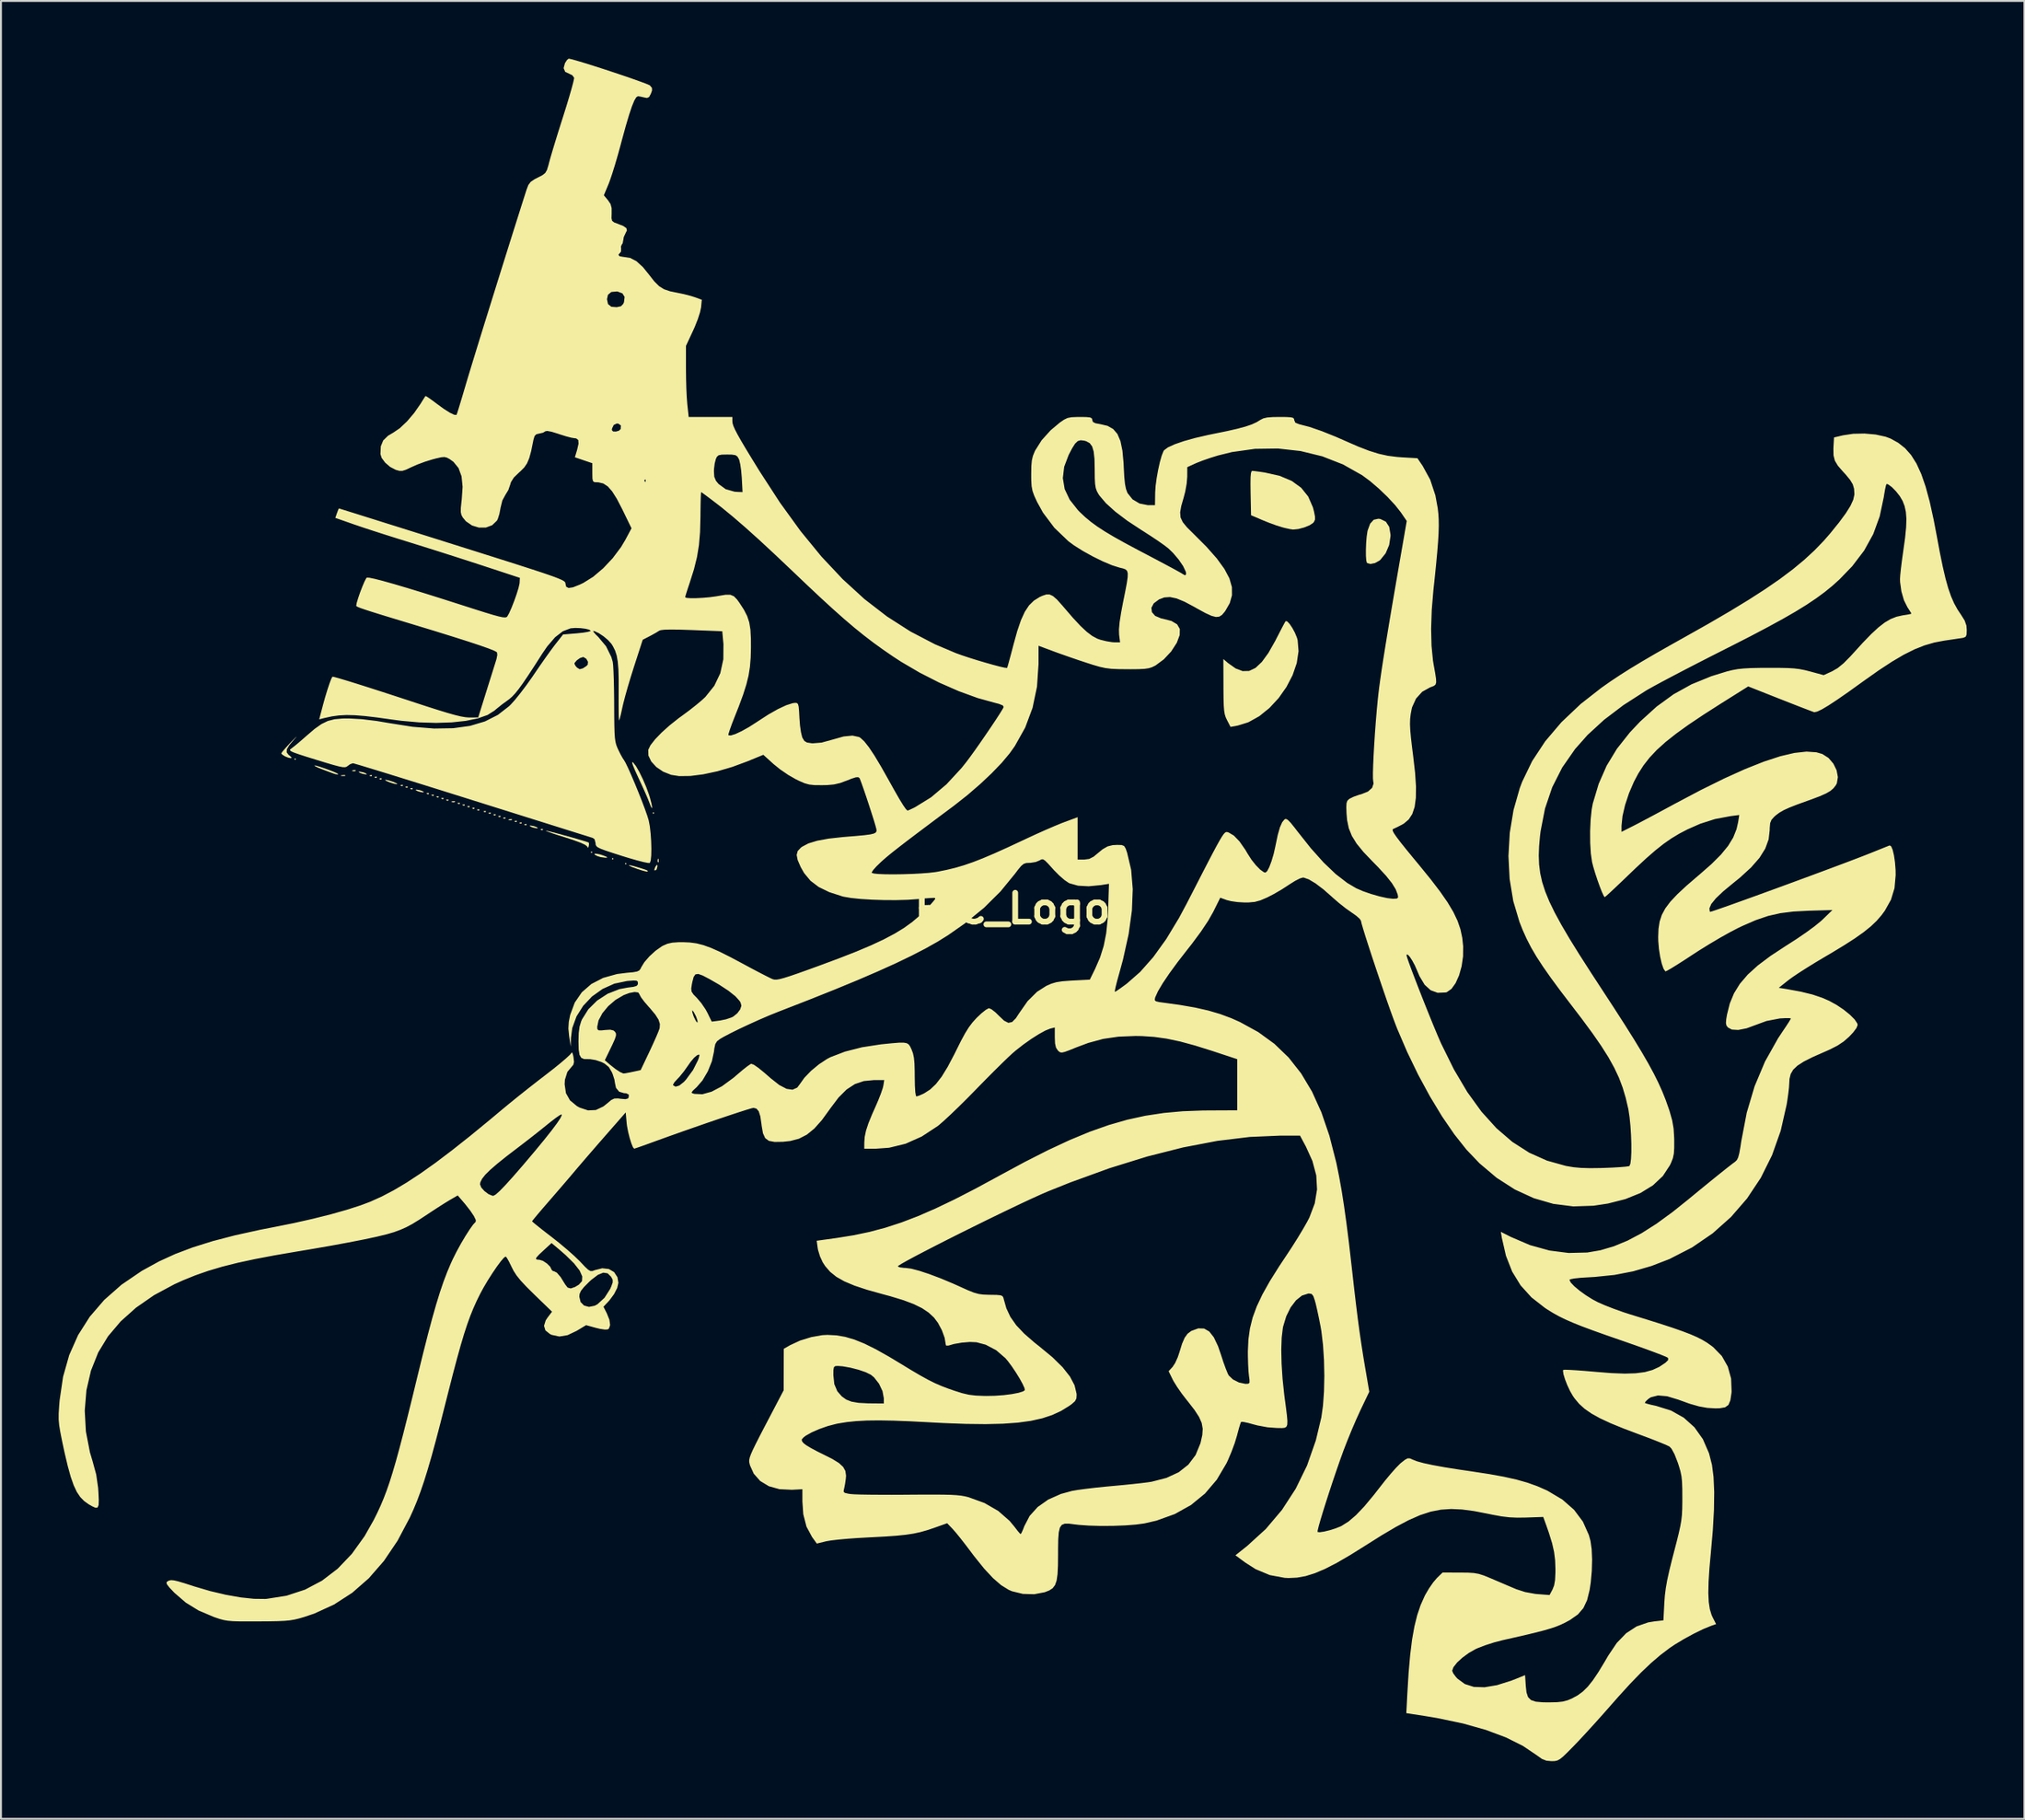
<source format=kicad_pcb>
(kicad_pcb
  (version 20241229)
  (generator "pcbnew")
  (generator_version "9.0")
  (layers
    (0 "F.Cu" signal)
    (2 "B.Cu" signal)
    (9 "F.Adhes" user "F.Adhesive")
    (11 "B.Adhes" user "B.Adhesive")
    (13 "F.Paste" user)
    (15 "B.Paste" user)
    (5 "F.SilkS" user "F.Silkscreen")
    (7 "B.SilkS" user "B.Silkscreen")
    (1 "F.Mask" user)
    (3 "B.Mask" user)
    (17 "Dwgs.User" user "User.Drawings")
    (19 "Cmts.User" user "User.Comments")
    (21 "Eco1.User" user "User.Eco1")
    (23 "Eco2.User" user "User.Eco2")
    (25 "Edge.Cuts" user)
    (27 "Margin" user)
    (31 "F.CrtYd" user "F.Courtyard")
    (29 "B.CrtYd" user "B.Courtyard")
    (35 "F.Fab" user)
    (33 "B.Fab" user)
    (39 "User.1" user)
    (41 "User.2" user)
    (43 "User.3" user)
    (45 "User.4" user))
  (footprint "RIC_Logo"
    (layer "F.Cu")
    (at 49.59 44.206)
    (property "Reference" "RIC_Logo" (at 0 0 0) (layer "F.SilkS") (effects (font (size 1.5 1.5) (thickness 0.3))))
    (attr board_only exclude_from_pos_files exclude_from_bom)
    (fp_poly (pts (xy -37.253 -7.773) (xy -37.296 -7.73) (xy -37.338 -7.773) (xy -37.296 -7.815)) (stroke (width 0) (type solid)) (fill yes) (layer "F.SilkS"))
    (fp_poly (pts (xy -21.844 -2.931) (xy -21.886 -2.888) (xy -21.929 -2.931) (xy -21.886 -2.973)) (stroke (width 0) (type solid)) (fill yes) (layer "F.SilkS"))
    (fp_poly (pts (xy -20.743 -2.591) (xy -20.786 -2.548) (xy -20.828 -2.591) (xy -20.786 -2.633)) (stroke (width 0) (type solid)) (fill yes) (layer "F.SilkS"))
    (fp_poly (pts (xy -20.066 -2.336) (xy -20.108 -2.294) (xy -20.151 -2.336) (xy -20.108 -2.379)) (stroke (width 0) (type solid)) (fill yes) (layer "F.SilkS"))
    (fp_poly (pts (xy -18.627 -4.97) (xy -18.669 -4.927) (xy -18.711 -4.97) (xy -18.669 -5.012)) (stroke (width 0) (type solid)) (fill yes) (layer "F.SilkS"))
    (fp_poly (pts (xy -34.692 -6.937) (xy -34.682 -6.906) (xy -34.798 -6.894) (xy -34.918 -6.908) (xy -34.904 -6.937) (xy -34.73 -6.948)) (stroke (width 0) (type solid)) (fill yes) (layer "F.SilkS"))
    (fp_poly (pts (xy -34.144 -7.187) (xy -34.169 -7.148) (xy -34.255 -7.142) (xy -34.345 -7.163) (xy -34.306 -7.194) (xy -34.174 -7.204)) (stroke (width 0) (type solid)) (fill yes) (layer "F.SilkS"))
    (fp_poly (pts (xy -33.302 -6.938) (xy -33.314 -6.887) (xy -33.359 -6.881) (xy -33.428 -6.912) (xy -33.415 -6.938) (xy -33.315 -6.948)) (stroke (width 0) (type solid)) (fill yes) (layer "F.SilkS"))
    (fp_poly (pts (xy -33.048 -6.853) (xy -33.06 -6.802) (xy -33.105 -6.796) (xy -33.174 -6.827) (xy -33.161 -6.853) (xy -33.061 -6.863)) (stroke (width 0) (type solid)) (fill yes) (layer "F.SilkS"))
    (fp_poly (pts (xy -32.794 -6.768) (xy -32.806 -6.717) (xy -32.851 -6.711) (xy -32.92 -6.742) (xy -32.907 -6.768) (xy -32.807 -6.778)) (stroke (width 0) (type solid)) (fill yes) (layer "F.SilkS"))
    (fp_poly (pts (xy -31.694 -6.428) (xy -31.705 -6.377) (xy -31.75 -6.371) (xy -31.82 -6.402) (xy -31.806 -6.428) (xy -31.706 -6.438)) (stroke (width 0) (type solid)) (fill yes) (layer "F.SilkS"))
    (fp_poly (pts (xy -31.44 -6.343) (xy -31.451 -6.292) (xy -31.496 -6.286) (xy -31.566 -6.317) (xy -31.552 -6.343) (xy -31.452 -6.353)) (stroke (width 0) (type solid)) (fill yes) (layer "F.SilkS"))
    (fp_poly (pts (xy -31.186 -6.258) (xy -31.197 -6.207) (xy -31.242 -6.201) (xy -31.312 -6.232) (xy -31.298 -6.258) (xy -31.198 -6.268)) (stroke (width 0) (type solid)) (fill yes) (layer "F.SilkS"))
    (fp_poly (pts (xy -30.339 -6.003) (xy -30.351 -5.953) (xy -30.395 -5.946) (xy -30.465 -5.978) (xy -30.452 -6.003) (xy -30.351 -6.013)) (stroke (width 0) (type solid)) (fill yes) (layer "F.SilkS"))
    (fp_poly (pts (xy -30.085 -5.918) (xy -30.097 -5.868) (xy -30.141 -5.862) (xy -30.211 -5.893) (xy -30.198 -5.918) (xy -30.097 -5.928)) (stroke (width 0) (type solid)) (fill yes) (layer "F.SilkS"))
    (fp_poly (pts (xy -29.831 -5.833) (xy -29.843 -5.783) (xy -29.887 -5.777) (xy -29.957 -5.808) (xy -29.944 -5.833) (xy -29.843 -5.843)) (stroke (width 0) (type solid)) (fill yes) (layer "F.SilkS"))
    (fp_poly (pts (xy -29.577 -5.748) (xy -29.589 -5.698) (xy -29.633 -5.692) (xy -29.703 -5.723) (xy -29.69 -5.748) (xy -29.589 -5.758)) (stroke (width 0) (type solid)) (fill yes) (layer "F.SilkS"))
    (fp_poly (pts (xy -29.323 -5.663) (xy -29.335 -5.613) (xy -29.379 -5.607) (xy -29.449 -5.638) (xy -29.436 -5.663) (xy -29.335 -5.673)) (stroke (width 0) (type solid)) (fill yes) (layer "F.SilkS"))
    (fp_poly (pts (xy -28.979 -5.573) (xy -29.004 -5.534) (xy -29.09 -5.528) (xy -29.18 -5.549) (xy -29.141 -5.58) (xy -29.009 -5.59)) (stroke (width 0) (type solid)) (fill yes) (layer "F.SilkS"))
    (fp_poly (pts (xy -28.73 -5.493) (xy -28.742 -5.443) (xy -28.787 -5.437) (xy -28.856 -5.468) (xy -28.843 -5.493) (xy -28.743 -5.504)) (stroke (width 0) (type solid)) (fill yes) (layer "F.SilkS"))
    (fp_poly (pts (xy -28.476 -5.408) (xy -28.488 -5.358) (xy -28.533 -5.352) (xy -28.602 -5.383) (xy -28.589 -5.408) (xy -28.489 -5.419)) (stroke (width 0) (type solid)) (fill yes) (layer "F.SilkS"))
    (fp_poly (pts (xy -28.222 -5.324) (xy -28.234 -5.273) (xy -28.279 -5.267) (xy -28.348 -5.298) (xy -28.335 -5.324) (xy -28.235 -5.334)) (stroke (width 0) (type solid)) (fill yes) (layer "F.SilkS"))
    (fp_poly (pts (xy -27.968 -5.239) (xy -27.98 -5.188) (xy -28.025 -5.182) (xy -28.094 -5.213) (xy -28.081 -5.239) (xy -27.981 -5.249)) (stroke (width 0) (type solid)) (fill yes) (layer "F.SilkS"))
    (fp_poly (pts (xy -27.714 -5.154) (xy -27.726 -5.103) (xy -27.771 -5.097) (xy -27.84 -5.128) (xy -27.827 -5.154) (xy -27.727 -5.164)) (stroke (width 0) (type solid)) (fill yes) (layer "F.SilkS"))
    (fp_poly (pts (xy -27.376 -5.069) (xy -27.387 -5.018) (xy -27.432 -5.012) (xy -27.502 -5.043) (xy -27.488 -5.069) (xy -27.388 -5.079)) (stroke (width 0) (type solid)) (fill yes) (layer "F.SilkS"))
    (fp_poly (pts (xy -27.122 -4.984) (xy -27.133 -4.933) (xy -27.178 -4.927) (xy -27.248 -4.958) (xy -27.234 -4.984) (xy -27.134 -4.994)) (stroke (width 0) (type solid)) (fill yes) (layer "F.SilkS"))
    (fp_poly (pts (xy -26.868 -4.899) (xy -26.879 -4.848) (xy -26.924 -4.842) (xy -26.994 -4.873) (xy -26.98 -4.899) (xy -26.88 -4.909)) (stroke (width 0) (type solid)) (fill yes) (layer "F.SilkS"))
    (fp_poly (pts (xy -26.614 -4.814) (xy -26.625 -4.763) (xy -26.67 -4.757) (xy -26.74 -4.788) (xy -26.726 -4.814) (xy -26.626 -4.824)) (stroke (width 0) (type solid)) (fill yes) (layer "F.SilkS"))
    (fp_poly (pts (xy -26.36 -4.729) (xy -26.371 -4.678) (xy -26.416 -4.672) (xy -26.486 -4.703) (xy -26.472 -4.729) (xy -26.372 -4.739)) (stroke (width 0) (type solid)) (fill yes) (layer "F.SilkS"))
    (fp_poly (pts (xy -26.016 -4.639) (xy -26.041 -4.6) (xy -26.127 -4.594) (xy -26.217 -4.615) (xy -26.178 -4.645) (xy -26.046 -4.655)) (stroke (width 0) (type solid)) (fill yes) (layer "F.SilkS"))
    (fp_poly (pts (xy -25.767 -4.559) (xy -25.779 -4.508) (xy -25.823 -4.502) (xy -25.893 -4.533) (xy -25.88 -4.559) (xy -25.779 -4.569)) (stroke (width 0) (type solid)) (fill yes) (layer "F.SilkS"))
    (fp_poly (pts (xy -25.513 -4.474) (xy -25.525 -4.424) (xy -25.569 -4.417) (xy -25.639 -4.448) (xy -25.626 -4.474) (xy -25.525 -4.484)) (stroke (width 0) (type solid)) (fill yes) (layer "F.SilkS"))
    (fp_poly (pts (xy -25.259 -4.389) (xy -25.271 -4.339) (xy -25.315 -4.332) (xy -25.385 -4.364) (xy -25.372 -4.389) (xy -25.271 -4.399)) (stroke (width 0) (type solid)) (fill yes) (layer "F.SilkS"))
    (fp_poly (pts (xy -24.412 -4.134) (xy -24.424 -4.084) (xy -24.469 -4.078) (xy -24.538 -4.109) (xy -24.525 -4.134) (xy -24.425 -4.144)) (stroke (width 0) (type solid)) (fill yes) (layer "F.SilkS"))
    (fp_poly (pts (xy -18.399 -2.564) (xy -18.389 -2.432) (xy -18.406 -2.402) (xy -18.445 -2.427) (xy -18.451 -2.513) (xy -18.43 -2.604)) (stroke (width 0) (type solid)) (fill yes) (layer "F.SilkS"))
    (fp_poly (pts (xy -33.77 -7.091) (xy -33.655 -7.051) (xy -33.563 -6.995) (xy -33.613 -6.978) (xy -33.794 -7.01) (xy -33.909 -7.051) (xy -34.001 -7.107) (xy -33.951 -7.124)) (stroke (width 0) (type solid)) (fill yes) (layer "F.SilkS"))
    (fp_poly (pts (xy -30.807 -6.157) (xy -30.692 -6.116) (xy -30.599 -6.06) (xy -30.649 -6.043) (xy -30.831 -6.076) (xy -30.946 -6.116) (xy -31.038 -6.173) (xy -30.988 -6.189)) (stroke (width 0) (type solid)) (fill yes) (layer "F.SilkS"))
    (fp_poly (pts (xy -24.88 -4.288) (xy -24.765 -4.247) (xy -24.673 -4.191) (xy -24.723 -4.174) (xy -24.904 -4.207) (xy -25.019 -4.247) (xy -25.111 -4.304) (xy -25.061 -4.321)) (stroke (width 0) (type solid)) (fill yes) (layer "F.SilkS"))
    (fp_poly (pts (xy -18.459 -2.212) (xy -18.459 -2.192) (xy -18.502 -2.039) (xy -18.542 -1.996) (xy -18.62 -1.991) (xy -18.625 -2.013) (xy -18.583 -2.136) (xy -18.542 -2.209) (xy -18.476 -2.288)) (stroke (width 0) (type solid)) (fill yes) (layer "F.SilkS"))
    (fp_poly (pts (xy -21.435 -2.815) (xy -21.289 -2.768) (xy -21.101 -2.693) (xy -21.063 -2.655) (xy -21.166 -2.645) (xy -21.167 -2.645) (xy -21.415 -2.679) (xy -21.59 -2.733) (xy -21.728 -2.809) (xy -21.728 -2.85) (xy -21.621 -2.853)) (stroke (width 0) (type solid)) (fill yes) (layer "F.SilkS"))
    (fp_poly (pts (xy -32.436 -6.669) (xy -32.209 -6.597) (xy -32.173 -6.584) (xy -32.017 -6.512) (xy -31.983 -6.472) (xy -32.004 -6.469) (xy -32.164 -6.498) (xy -32.392 -6.57) (xy -32.427 -6.584) (xy -32.584 -6.655) (xy -32.618 -6.695) (xy -32.597 -6.698)) (stroke (width 0) (type solid)) (fill yes) (layer "F.SilkS"))
    (fp_poly (pts (xy -19.735 -2.222) (xy -19.469 -2.146) (xy -19.177 -2.054) (xy -19.017 -1.996) (xy -18.958 -1.958) (xy -18.97 -1.926) (xy -18.972 -1.923) (xy -19.065 -1.932) (xy -19.269 -1.986) (xy -19.5 -2.059) (xy -19.801 -2.17) (xy -19.939 -2.239) (xy -19.916 -2.259)) (stroke (width 0) (type solid)) (fill yes) (layer "F.SilkS"))
    (fp_poly (pts (xy -36.208 -7.433) (xy -36.012 -7.376) (xy -35.753 -7.289) (xy -35.482 -7.19) (xy -35.246 -7.097) (xy -35.092 -7.025) (xy -35.064 -7.006) (xy -35.076 -6.974) (xy -35.199 -6.992) (xy -35.306 -7.027) (xy -35.453 -7.081) (xy -35.696 -7.171) (xy -35.883 -7.241) (xy -36.12 -7.336) (xy -36.268 -7.412) (xy -36.296 -7.445)) (stroke (width 0) (type solid)) (fill yes) (layer "F.SilkS"))
    (fp_poly (pts (xy -37.249 -8.91) (xy -37.359 -8.784) (xy -37.603 -8.493) (xy -37.726 -8.284) (xy -37.736 -8.129) (xy -37.641 -8) (xy -37.573 -7.948) (xy -37.477 -7.855) (xy -37.514 -7.821) (xy -37.653 -7.849) (xy -37.825 -7.919) (xy -37.97 -8.011) (xy -38.015 -8.074) (xy -37.96 -8.158) (xy -37.812 -8.333) (xy -37.599 -8.566) (xy -37.486 -8.685) (xy -37.299 -8.876) (xy -37.219 -8.952)) (stroke (width 0) (type solid)) (fill yes) (layer "F.SilkS"))
    (fp_poly (pts (xy -19.722 -7.599) (xy -19.578 -7.414) (xy -19.402 -7.11) (xy -19.216 -6.729) (xy -19.039 -6.315) (xy -18.892 -5.91) (xy -18.842 -5.746) (xy -18.766 -5.451) (xy -18.735 -5.271) (xy -18.747 -5.219) (xy -18.8 -5.309) (xy -18.875 -5.503) (xy -18.954 -5.703) (xy -19.088 -6.014) (xy -19.258 -6.392) (xy -19.442 -6.788) (xy -19.631 -7.201) (xy -19.742 -7.472) (xy -19.777 -7.606) (xy -19.738 -7.612)) (stroke (width 0) (type solid)) (fill yes) (layer "F.SilkS"))
    (fp_poly (pts (xy -24.184 -4.04) (xy -23.973 -3.989) (xy -23.673 -3.91) (xy -23.32 -3.815) (xy -22.949 -3.712) (xy -22.598 -3.611) (xy -22.303 -3.524) (xy -22.1 -3.46) (xy -22.027 -3.431) (xy -22.017 -3.344) (xy -22.03 -3.256) (xy -22.062 -3.154) (xy -22.105 -3.214) (xy -22.113 -3.233) (xy -22.217 -3.316) (xy -22.468 -3.431) (xy -22.846 -3.57) (xy -23.232 -3.694) (xy -23.623 -3.817) (xy -23.945 -3.924) (xy -24.169 -4.005) (xy -24.266 -4.049) (xy -24.268 -4.053)) (stroke (width 0) (type solid)) (fill yes) (layer "F.SilkS"))
    (fp_poly (pts (xy 19.132 -20.261) (xy 19.414 -20.122) (xy 19.588 -19.853) (xy 19.655 -19.454) (xy 19.656 -19.377) (xy 19.586 -18.911) (xy 19.402 -18.479) (xy 19.129 -18.141) (xy 19.083 -18.102) (xy 18.848 -17.971) (xy 18.613 -17.924) (xy 18.44 -17.971) (xy 18.429 -17.981) (xy 18.394 -18.102) (xy 18.376 -18.345) (xy 18.375 -18.664) (xy 18.388 -19.013) (xy 18.415 -19.346) (xy 18.455 -19.615) (xy 18.466 -19.666) (xy 18.598 -20.022) (xy 18.781 -20.223) (xy 19.025 -20.277)) (stroke (width 0) (type solid)) (fill yes) (layer "F.SilkS"))
    (fp_poly (pts (xy 12.6 -22.753) (xy 12.847 -22.721) (xy 13.123 -22.68) (xy 13.89 -22.507) (xy 14.517 -22.244) (xy 15.009 -21.888) (xy 15.375 -21.432) (xy 15.62 -20.871) (xy 15.675 -20.663) (xy 15.728 -20.393) (xy 15.729 -20.228) (xy 15.673 -20.109) (xy 15.63 -20.058) (xy 15.45 -19.936) (xy 15.17 -19.823) (xy 14.86 -19.741) (xy 14.59 -19.714) (xy 14.589 -19.714) (xy 14.42 -19.739) (xy 14.163 -19.796) (xy 14.012 -19.835) (xy 13.713 -19.93) (xy 13.342 -20.065) (xy 12.996 -20.205) (xy 12.404 -20.459) (xy 12.38 -21.613) (xy 12.374 -22.098) (xy 12.379 -22.435) (xy 12.398 -22.644) (xy 12.431 -22.746) (xy 12.465 -22.766)) (stroke (width 0) (type solid)) (fill yes) (layer "F.SilkS"))
    (fp_poly (pts (xy 14.284 -14.938) (xy 14.409 -14.806) (xy 14.551 -14.595) (xy 14.687 -14.343) (xy 14.791 -14.088) (xy 14.826 -13.965) (xy 14.873 -13.387) (xy 14.781 -12.77) (xy 14.565 -12.142) (xy 14.245 -11.526) (xy 13.838 -10.948) (xy 13.36 -10.433) (xy 12.83 -10.005) (xy 12.265 -9.691) (xy 11.722 -9.522) (xy 11.338 -9.45) (xy 11.156 -9.801) (xy 11.087 -9.947) (xy 11.038 -10.101) (xy 11.005 -10.294) (xy 10.985 -10.556) (xy 10.974 -10.919) (xy 10.969 -11.414) (xy 10.969 -11.564) (xy 10.964 -12.977) (xy 11.218 -12.762) (xy 11.606 -12.488) (xy 11.965 -12.353) (xy 12.305 -12.361) (xy 12.636 -12.518) (xy 12.966 -12.829) (xy 13.306 -13.296) (xy 13.663 -13.926) (xy 13.709 -14.017) (xy 13.89 -14.369) (xy 14.043 -14.664) (xy 14.153 -14.868) (xy 14.202 -14.951)) (stroke (width 0) (type solid)) (fill yes) (layer "F.SilkS"))
    (fp_poly (pts (xy -23.066 -44.206) (xy -22.896 -44.168) (xy -22.602 -44.085) (xy -22.213 -43.968) (xy -21.755 -43.824) (xy -21.254 -43.663) (xy -20.739 -43.493) (xy -20.236 -43.324) (xy -19.772 -43.164) (xy -19.375 -43.023) (xy -19.07 -42.91) (xy -18.886 -42.833) (xy -18.847 -42.809) (xy -18.744 -42.684) (xy -18.739 -42.55) (xy -18.796 -42.39) (xy -18.89 -42.211) (xy -19.002 -42.16) (xy -19.126 -42.182) (xy -19.34 -42.231) (xy -19.47 -42.251) (xy -19.557 -42.2) (xy -19.662 -42.025) (xy -19.787 -41.718) (xy -19.936 -41.272) (xy -20.112 -40.677) (xy -20.318 -39.927) (xy -20.374 -39.714) (xy -20.518 -39.191) (xy -20.668 -38.677) (xy -20.812 -38.216) (xy -20.937 -37.849) (xy -21 -37.684) (xy -21.245 -37.098) (xy -21.031 -36.843) (xy -20.896 -36.644) (xy -20.84 -36.43) (xy -20.839 -36.161) (xy -20.847 -35.908) (xy -20.814 -35.768) (xy -20.709 -35.687) (xy -20.536 -35.622) (xy -20.231 -35.501) (xy -20.074 -35.391) (xy -20.045 -35.271) (xy -20.11 -35.141) (xy -20.209 -34.927) (xy -20.235 -34.773) (xy -20.266 -34.603) (xy -20.312 -34.537) (xy -20.357 -34.427) (xy -20.347 -34.329) (xy -20.353 -34.171) (xy -20.397 -34.112) (xy -20.489 -34.008) (xy -20.429 -33.929) (xy -20.237 -33.895) (xy -20.227 -33.895) (xy -19.878 -33.841) (xy -19.548 -33.669) (xy -19.213 -33.363) (xy -18.91 -32.989) (xy -18.625 -32.624) (xy -18.377 -32.376) (xy -18.119 -32.213) (xy -17.803 -32.105) (xy -17.438 -32.031) (xy -17.079 -31.957) (xy -16.724 -31.865) (xy -16.521 -31.801) (xy -16.152 -31.665) (xy -16.19 -31.268) (xy -16.245 -31.01) (xy -16.359 -30.656) (xy -16.516 -30.26) (xy -16.602 -30.068) (xy -16.976 -29.265) (xy -16.976 -28.076) (xy -16.97 -27.571) (xy -16.956 -27.06) (xy -16.934 -26.6) (xy -16.907 -26.248) (xy -16.905 -26.228) (xy -16.834 -25.57) (xy -15.698 -25.57) (xy -14.563 -25.57) (xy -14.563 -25.347) (xy -14.551 -25.239) (xy -14.509 -25.102) (xy -14.429 -24.919) (xy -14.302 -24.673) (xy -14.119 -24.348) (xy -13.871 -23.929) (xy -13.549 -23.399) (xy -13.15 -22.751) (xy -12.085 -21.11) (xy -11.015 -19.632) (xy -9.932 -18.309) (xy -8.827 -17.133) (xy -7.693 -16.096) (xy -6.522 -15.192) (xy -5.305 -14.412) (xy -4.034 -13.749) (xy -2.936 -13.284) (xy -2.621 -13.171) (xy -2.238 -13.044) (xy -1.818 -12.913) (xy -1.394 -12.787) (xy -0.997 -12.675) (xy -0.659 -12.586) (xy -0.412 -12.53) (xy -0.287 -12.515) (xy -0.28 -12.518) (xy -0.25 -12.606) (xy -0.187 -12.828) (xy -0.098 -13.155) (xy 0.008 -13.556) (xy 0.052 -13.726) (xy 0.249 -14.436) (xy 0.441 -14.999) (xy 0.64 -15.435) (xy 0.859 -15.767) (xy 1.111 -16.015) (xy 1.408 -16.202) (xy 1.553 -16.268) (xy 1.757 -16.336) (xy 1.931 -16.336) (xy 2.107 -16.254) (xy 2.314 -16.073) (xy 2.582 -15.775) (xy 2.68 -15.66) (xy 3.145 -15.12) (xy 3.532 -14.705) (xy 3.86 -14.397) (xy 4.147 -14.18) (xy 4.41 -14.039) (xy 4.566 -13.983) (xy 4.881 -13.905) (xy 5.179 -13.856) (xy 5.31 -13.847) (xy 5.594 -13.847) (xy 5.543 -14.25) (xy 5.536 -14.52) (xy 5.57 -14.899) (xy 5.65 -15.406) (xy 5.752 -15.943) (xy 5.866 -16.51) (xy 5.946 -16.932) (xy 5.989 -17.233) (xy 5.994 -17.437) (xy 5.958 -17.565) (xy 5.878 -17.641) (xy 5.753 -17.689) (xy 5.579 -17.73) (xy 5.567 -17.733) (xy 5.175 -17.857) (xy 4.696 -18.059) (xy 4.177 -18.314) (xy 3.665 -18.598) (xy 3.208 -18.885) (xy 2.904 -19.109) (xy 2.177 -19.807) (xy 1.587 -20.593) (xy 1.278 -21.153) (xy 1.133 -21.469) (xy 1.043 -21.719) (xy 0.995 -21.965) (xy 0.977 -22.269) (xy 0.975 -22.388) (xy 2.618 -22.388) (xy 2.713 -21.82) (xy 2.975 -21.267) (xy 3.404 -20.723) (xy 3.513 -20.612) (xy 3.786 -20.356) (xy 4.078 -20.114) (xy 4.41 -19.871) (xy 4.803 -19.615) (xy 5.278 -19.332) (xy 5.855 -19.01) (xy 6.554 -18.636) (xy 6.945 -18.431) (xy 7.455 -18.162) (xy 7.917 -17.917) (xy 8.309 -17.707) (xy 8.608 -17.543) (xy 8.793 -17.438) (xy 8.843 -17.405) (xy 8.976 -17.331) (xy 9.031 -17.4) (xy 9.011 -17.521) (xy 8.873 -17.813) (xy 8.639 -18.156) (xy 8.35 -18.496) (xy 8.108 -18.73) (xy 7.902 -18.89) (xy 7.589 -19.111) (xy 7.208 -19.366) (xy 6.798 -19.63) (xy 6.697 -19.693) (xy 5.959 -20.18) (xy 5.343 -20.647) (xy 4.86 -21.084) (xy 4.524 -21.479) (xy 4.469 -21.562) (xy 4.384 -21.717) (xy 4.328 -21.88) (xy 4.295 -22.09) (xy 4.279 -22.388) (xy 4.275 -22.812) (xy 4.275 -22.856) (xy 4.263 -23.386) (xy 4.222 -23.771) (xy 4.143 -24.037) (xy 4.016 -24.208) (xy 3.833 -24.308) (xy 3.725 -24.338) (xy 3.543 -24.359) (xy 3.395 -24.315) (xy 3.256 -24.183) (xy 3.101 -23.938) (xy 2.922 -23.595) (xy 2.688 -22.978) (xy 2.618 -22.388) (xy 0.975 -22.388) (xy 0.974 -22.597) (xy 0.981 -23.01) (xy 1.007 -23.308) (xy 1.063 -23.545) (xy 1.157 -23.776) (xy 1.182 -23.828) (xy 1.517 -24.359) (xy 1.983 -24.876) (xy 2.458 -25.275) (xy 2.678 -25.427) (xy 2.862 -25.516) (xy 3.072 -25.557) (xy 3.367 -25.569) (xy 3.504 -25.57) (xy 3.833 -25.566) (xy 4.027 -25.547) (xy 4.12 -25.505) (xy 4.148 -25.432) (xy 4.149 -25.411) (xy 4.184 -25.308) (xy 4.316 -25.242) (xy 4.568 -25.196) (xy 4.943 -25.108) (xy 5.236 -24.942) (xy 5.457 -24.684) (xy 5.614 -24.314) (xy 5.717 -23.816) (xy 5.776 -23.174) (xy 5.786 -22.957) (xy 5.812 -22.456) (xy 5.849 -22.091) (xy 5.901 -21.827) (xy 5.975 -21.628) (xy 5.986 -21.606) (xy 6.243 -21.284) (xy 6.606 -21.068) (xy 7.034 -20.983) (xy 7.069 -20.983) (xy 7.41 -20.983) (xy 7.419 -21.642) (xy 7.442 -21.987) (xy 7.497 -22.394) (xy 7.574 -22.82) (xy 7.664 -23.223) (xy 7.759 -23.559) (xy 7.849 -23.786) (xy 7.881 -23.837) (xy 8.078 -23.985) (xy 8.425 -24.145) (xy 8.903 -24.311) (xy 9.493 -24.476) (xy 10.176 -24.634) (xy 10.455 -24.691) (xy 11.146 -24.832) (xy 11.693 -24.957) (xy 12.12 -25.072) (xy 12.449 -25.185) (xy 12.705 -25.304) (xy 12.882 -25.413) (xy 13.035 -25.493) (xy 13.24 -25.542) (xy 13.539 -25.565) (xy 13.877 -25.57) (xy 14.242 -25.567) (xy 14.47 -25.553) (xy 14.592 -25.522) (xy 14.64 -25.468) (xy 14.647 -25.407) (xy 14.708 -25.271) (xy 14.908 -25.191) (xy 14.922 -25.188) (xy 15.441 -25.053) (xy 16.078 -24.834) (xy 16.811 -24.54) (xy 17.291 -24.329) (xy 17.97 -24.032) (xy 18.542 -23.811) (xy 19.045 -23.654) (xy 19.516 -23.55) (xy 19.994 -23.489) (xy 20.243 -23.47) (xy 21.055 -23.423) (xy 21.327 -23.022) (xy 21.718 -22.308) (xy 21.988 -21.489) (xy 22.11 -20.828) (xy 22.142 -20.541) (xy 22.161 -20.243) (xy 22.165 -19.913) (xy 22.155 -19.529) (xy 22.128 -19.072) (xy 22.083 -18.519) (xy 22.02 -17.851) (xy 21.937 -17.046) (xy 21.885 -16.565) (xy 21.799 -15.532) (xy 21.766 -14.555) (xy 21.788 -13.666) (xy 21.863 -12.897) (xy 21.897 -12.69) (xy 21.975 -12.255) (xy 22.021 -11.957) (xy 22.029 -11.766) (xy 21.995 -11.651) (xy 21.914 -11.583) (xy 21.781 -11.53) (xy 21.717 -11.508) (xy 21.304 -11.279) (xy 20.982 -10.923) (xy 20.778 -10.473) (xy 20.753 -10.371) (xy 20.704 -10.114) (xy 20.675 -9.868) (xy 20.667 -9.601) (xy 20.681 -9.282) (xy 20.718 -8.879) (xy 20.779 -8.361) (xy 20.834 -7.927) (xy 20.933 -7.061) (xy 20.98 -6.342) (xy 20.972 -5.755) (xy 20.909 -5.285) (xy 20.786 -4.917) (xy 20.601 -4.635) (xy 20.353 -4.424) (xy 20.25 -4.364) (xy 20.019 -4.245) (xy 19.843 -4.162) (xy 19.799 -4.144) (xy 19.763 -4.11) (xy 19.773 -4.037) (xy 19.838 -3.912) (xy 19.97 -3.721) (xy 20.176 -3.449) (xy 20.467 -3.085) (xy 20.853 -2.614) (xy 21.153 -2.252) (xy 21.75 -1.517) (xy 22.237 -0.88) (xy 22.624 -0.322) (xy 22.922 0.178) (xy 23.141 0.639) (xy 23.292 1.08) (xy 23.386 1.522) (xy 23.432 1.961) (xy 23.427 2.487) (xy 23.352 3.002) (xy 23.219 3.475) (xy 23.039 3.877) (xy 22.825 4.176) (xy 22.586 4.344) (xy 22.524 4.362) (xy 22.105 4.379) (xy 21.742 4.247) (xy 21.429 3.961) (xy 21.161 3.515) (xy 21.044 3.239) (xy 20.923 2.96) (xy 20.787 2.707) (xy 20.658 2.509) (xy 20.554 2.395) (xy 20.496 2.393) (xy 20.489 2.433) (xy 20.52 2.55) (xy 20.606 2.8) (xy 20.737 3.158) (xy 20.904 3.599) (xy 21.097 4.1) (xy 21.307 4.636) (xy 21.524 5.182) (xy 21.738 5.714) (xy 21.94 6.207) (xy 22.121 6.638) (xy 22.27 6.981) (xy 22.29 7.025) (xy 22.952 8.366) (xy 23.649 9.544) (xy 24.385 10.562) (xy 25.164 11.424) (xy 25.989 12.134) (xy 26.864 12.695) (xy 27.792 13.11) (xy 28.778 13.385) (xy 28.782 13.385) (xy 29.163 13.45) (xy 29.558 13.487) (xy 30.016 13.501) (xy 30.583 13.494) (xy 30.737 13.489) (xy 31.183 13.471) (xy 31.572 13.448) (xy 31.871 13.423) (xy 32.046 13.398) (xy 32.075 13.388) (xy 32.126 13.272) (xy 32.159 13.019) (xy 32.176 12.663) (xy 32.176 12.236) (xy 32.16 11.77) (xy 32.129 11.298) (xy 32.084 10.852) (xy 32.026 10.466) (xy 32.014 10.405) (xy 31.883 9.842) (xy 31.726 9.313) (xy 31.532 8.799) (xy 31.288 8.28) (xy 30.985 7.733) (xy 30.609 7.14) (xy 30.151 6.479) (xy 29.599 5.73) (xy 29.083 5.055) (xy 28.492 4.281) (xy 27.999 3.613) (xy 27.59 3.03) (xy 27.251 2.511) (xy 26.97 2.033) (xy 26.733 1.574) (xy 26.526 1.114) (xy 26.358 0.688) (xy 26.038 -0.387) (xy 25.848 -1.538) (xy 25.787 -2.734) (xy 25.855 -3.94) (xy 26.051 -5.127) (xy 26.374 -6.261) (xy 26.502 -6.6) (xy 27.019 -7.67) (xy 27.7 -8.703) (xy 28.542 -9.694) (xy 29.544 -10.643) (xy 30.616 -11.482) (xy 31.087 -11.813) (xy 31.583 -12.143) (xy 32.127 -12.487) (xy 32.74 -12.858) (xy 33.445 -13.27) (xy 34.263 -13.734) (xy 34.925 -14.105) (xy 36.18 -14.812) (xy 37.292 -15.461) (xy 38.275 -16.06) (xy 39.142 -16.618) (xy 39.905 -17.145) (xy 40.577 -17.65) (xy 41.171 -18.143) (xy 41.699 -18.631) (xy 42.176 -19.125) (xy 42.512 -19.51) (xy 42.975 -20.083) (xy 43.324 -20.556) (xy 43.567 -20.944) (xy 43.713 -21.262) (xy 43.771 -21.525) (xy 43.773 -21.578) (xy 43.755 -21.84) (xy 43.689 -22.065) (xy 43.55 -22.296) (xy 43.318 -22.578) (xy 43.172 -22.736) (xy 42.911 -23.038) (xy 42.758 -23.294) (xy 42.689 -23.566) (xy 42.682 -23.918) (xy 42.688 -24.044) (xy 42.714 -24.505) (xy 43.18 -24.615) (xy 43.712 -24.695) (xy 44.298 -24.707) (xy 44.877 -24.656) (xy 45.392 -24.544) (xy 45.648 -24.449) (xy 46.053 -24.225) (xy 46.408 -23.944) (xy 46.721 -23.59) (xy 46.999 -23.149) (xy 47.248 -22.606) (xy 47.476 -21.948) (xy 47.689 -21.16) (xy 47.894 -20.228) (xy 48.05 -19.412) (xy 48.215 -18.526) (xy 48.366 -17.787) (xy 48.509 -17.174) (xy 48.651 -16.665) (xy 48.799 -16.24) (xy 48.958 -15.876) (xy 49.137 -15.553) (xy 49.323 -15.274) (xy 49.509 -14.976) (xy 49.597 -14.716) (xy 49.615 -14.488) (xy 49.606 -14.252) (xy 49.557 -14.135) (xy 49.435 -14.084) (xy 49.34 -14.068) (xy 49.116 -14.035) (xy 48.795 -13.987) (xy 48.445 -13.935) (xy 48.442 -13.935) (xy 47.924 -13.836) (xy 47.415 -13.688) (xy 46.894 -13.481) (xy 46.339 -13.203) (xy 45.729 -12.844) (xy 45.04 -12.392) (xy 44.253 -11.836) (xy 44.154 -11.765) (xy 43.459 -11.265) (xy 42.888 -10.869) (xy 42.434 -10.57) (xy 42.089 -10.364) (xy 41.845 -10.247) (xy 41.696 -10.214) (xy 41.675 -10.217) (xy 41.554 -10.26) (xy 41.303 -10.356) (xy 40.945 -10.493) (xy 40.509 -10.664) (xy 40.018 -10.857) (xy 39.89 -10.907) (xy 38.252 -11.555) (xy 36.834 -10.664) (xy 35.926 -10.083) (xy 35.153 -9.565) (xy 34.502 -9.096) (xy 33.957 -8.664) (xy 33.503 -8.254) (xy 33.125 -7.853) (xy 32.809 -7.448) (xy 32.538 -7.025) (xy 32.309 -6.593) (xy 32.053 -5.998) (xy 31.851 -5.387) (xy 31.717 -4.811) (xy 31.666 -4.321) (xy 31.665 -4.293) (xy 31.665 -3.991) (xy 32.27 -4.296) (xy 32.534 -4.432) (xy 32.912 -4.632) (xy 33.371 -4.876) (xy 33.875 -5.147) (xy 34.391 -5.426) (xy 34.45 -5.458) (xy 35.791 -6.167) (xy 37.006 -6.767) (xy 38.096 -7.259) (xy 39.067 -7.644) (xy 39.919 -7.923) (xy 40.656 -8.096) (xy 41.281 -8.165) (xy 41.797 -8.13) (xy 42.107 -8.039) (xy 42.427 -7.835) (xy 42.68 -7.539) (xy 42.848 -7.193) (xy 42.914 -6.838) (xy 42.861 -6.516) (xy 42.807 -6.415) (xy 42.684 -6.256) (xy 42.523 -6.118) (xy 42.295 -5.986) (xy 41.972 -5.843) (xy 41.526 -5.674) (xy 41.316 -5.599) (xy 40.787 -5.408) (xy 40.39 -5.252) (xy 40.095 -5.117) (xy 39.872 -4.988) (xy 39.69 -4.852) (xy 39.603 -4.774) (xy 39.463 -4.617) (xy 39.393 -4.444) (xy 39.37 -4.187) (xy 39.369 -4.083) (xy 39.313 -3.597) (xy 39.139 -3.12) (xy 38.838 -2.638) (xy 38.4 -2.137) (xy 37.816 -1.603) (xy 37.461 -1.316) (xy 36.947 -0.891) (xy 36.568 -0.53) (xy 36.331 -0.238) (xy 36.238 -0.019) (xy 36.237 0.003) (xy 36.252 0.14) (xy 36.272 0.17) (xy 36.375 0.141) (xy 36.619 0.06) (xy 36.986 -0.068) (xy 37.457 -0.235) (xy 38.014 -0.435) (xy 38.64 -0.661) (xy 39.315 -0.907) (xy 40.023 -1.165) (xy 40.745 -1.431) (xy 41.463 -1.696) (xy 42.158 -1.954) (xy 42.814 -2.199) (xy 43.411 -2.423) (xy 43.931 -2.621) (xy 44.358 -2.786) (xy 44.619 -2.889) (xy 44.984 -3.036) (xy 45.295 -3.161) (xy 45.515 -3.249) (xy 45.604 -3.285) (xy 45.685 -3.238) (xy 45.763 -3.053) (xy 45.831 -2.764) (xy 45.884 -2.403) (xy 45.915 -2.004) (xy 45.919 -1.741) (xy 45.858 -1.063) (xy 45.676 -0.463) (xy 45.356 0.109) (xy 45.181 0.347) (xy 44.931 0.635) (xy 44.631 0.922) (xy 44.262 1.22) (xy 43.804 1.545) (xy 43.239 1.909) (xy 42.548 2.328) (xy 42.263 2.495) (xy 41.779 2.783) (xy 41.309 3.073) (xy 40.887 3.343) (xy 40.548 3.571) (xy 40.34 3.724) (xy 39.842 4.12) (xy 40.262 4.188) (xy 40.992 4.322) (xy 41.592 4.469) (xy 42.102 4.641) (xy 42.462 4.798) (xy 42.849 5.011) (xy 43.218 5.259) (xy 43.539 5.519) (xy 43.784 5.764) (xy 43.922 5.971) (xy 43.942 6.056) (xy 43.881 6.21) (xy 43.716 6.433) (xy 43.497 6.667) (xy 43.214 6.914) (xy 42.898 7.124) (xy 42.5 7.328) (xy 42.19 7.465) (xy 41.594 7.728) (xy 41.141 7.957) (xy 40.813 8.168) (xy 40.592 8.378) (xy 40.46 8.604) (xy 40.398 8.861) (xy 40.386 9.08) (xy 40.372 9.307) (xy 40.333 9.644) (xy 40.278 10.031) (xy 40.25 10.2) (xy 39.941 11.557) (xy 39.492 12.826) (xy 38.908 14.001) (xy 38.194 15.075) (xy 37.357 16.041) (xy 36.401 16.893) (xy 35.333 17.624) (xy 34.157 18.228) (xy 33.222 18.589) (xy 32.264 18.867) (xy 31.304 19.053) (xy 30.274 19.159) (xy 29.993 19.175) (xy 29.548 19.202) (xy 29.213 19.238) (xy 29.01 19.277) (xy 28.956 19.311) (xy 29.025 19.448) (xy 29.21 19.643) (xy 29.481 19.87) (xy 29.806 20.105) (xy 30.153 20.323) (xy 30.436 20.473) (xy 30.803 20.634) (xy 31.267 20.815) (xy 31.763 20.992) (xy 32.131 21.111) (xy 33.011 21.382) (xy 33.747 21.614) (xy 34.355 21.814) (xy 34.853 21.989) (xy 35.261 22.146) (xy 35.594 22.291) (xy 35.872 22.433) (xy 36.112 22.578) (xy 36.331 22.733) (xy 36.436 22.814) (xy 36.88 23.27) (xy 37.192 23.822) (xy 37.364 24.447) (xy 37.388 25.123) (xy 37.38 25.21) (xy 37.323 25.581) (xy 37.224 25.815) (xy 37.051 25.94) (xy 36.771 25.988) (xy 36.549 25.994) (xy 36.13 25.97) (xy 35.698 25.893) (xy 35.207 25.753) (xy 34.614 25.539) (xy 34.606 25.536) (xy 34.033 25.363) (xy 33.561 25.323) (xy 33.192 25.416) (xy 33.069 25.495) (xy 32.928 25.624) (xy 32.877 25.707) (xy 32.88 25.713) (xy 32.977 25.748) (xy 33.192 25.805) (xy 33.467 25.866) (xy 34.237 26.106) (xy 34.901 26.478) (xy 35.456 26.977) (xy 35.896 27.596) (xy 36.215 28.331) (xy 36.368 28.929) (xy 36.449 29.56) (xy 36.484 30.347) (xy 36.471 31.279) (xy 36.411 32.349) (xy 36.314 33.457) (xy 36.236 34.312) (xy 36.191 35.019) (xy 36.178 35.596) (xy 36.2 36.062) (xy 36.256 36.436) (xy 36.346 36.735) (xy 36.401 36.857) (xy 36.583 37.215) (xy 36.324 37.305) (xy 35.914 37.473) (xy 35.424 37.712) (xy 34.913 37.99) (xy 34.436 38.277) (xy 34.163 38.461) (xy 33.684 38.825) (xy 33.196 39.243) (xy 32.681 39.733) (xy 32.117 40.315) (xy 31.487 41.007) (xy 31.131 41.412) (xy 30.717 41.882) (xy 30.281 42.369) (xy 29.856 42.836) (xy 29.476 43.245) (xy 29.177 43.558) (xy 28.86 43.88) (xy 28.632 44.099) (xy 28.463 44.236) (xy 28.326 44.309) (xy 28.191 44.338) (xy 28.03 44.343) (xy 28.026 44.343) (xy 27.758 44.318) (xy 27.527 44.226) (xy 27.263 44.038) (xy 26.537 43.548) (xy 25.653 43.107) (xy 24.615 42.719) (xy 23.428 42.384) (xy 22.095 42.104) (xy 21.478 42) (xy 20.477 41.844) (xy 20.53 40.822) (xy 20.596 39.744) (xy 20.677 38.817) (xy 20.776 38.021) (xy 20.898 37.336) (xy 21.044 36.744) (xy 21.22 36.225) (xy 21.427 35.76) (xy 21.461 35.693) (xy 21.655 35.361) (xy 21.871 35.049) (xy 22.062 34.823) (xy 22.064 34.821) (xy 22.361 34.532) (xy 23.267 34.534) (xy 23.684 34.538) (xy 23.99 34.557) (xy 24.245 34.603) (xy 24.507 34.686) (xy 24.835 34.82) (xy 24.934 34.862) (xy 25.336 35.034) (xy 25.746 35.209) (xy 26.095 35.357) (xy 26.193 35.399) (xy 26.655 35.548) (xy 27.175 35.643) (xy 27.306 35.655) (xy 27.924 35.702) (xy 28.078 35.414) (xy 28.161 35.204) (xy 28.21 34.929) (xy 28.229 34.545) (xy 28.231 34.362) (xy 28.214 33.898) (xy 28.16 33.463) (xy 28.056 33.006) (xy 27.893 32.478) (xy 27.765 32.11) (xy 27.596 31.641) (xy 26.688 31.672) (xy 26.238 31.678) (xy 25.841 31.66) (xy 25.437 31.612) (xy 24.962 31.526) (xy 24.68 31.468) (xy 23.99 31.335) (xy 23.373 31.253) (xy 22.808 31.227) (xy 22.271 31.263) (xy 21.74 31.368) (xy 21.189 31.548) (xy 20.598 31.809) (xy 19.941 32.156) (xy 19.197 32.595) (xy 18.374 33.114) (xy 17.565 33.62) (xy 16.867 34.026) (xy 16.26 34.339) (xy 15.726 34.566) (xy 15.244 34.717) (xy 14.796 34.798) (xy 14.362 34.818) (xy 14.151 34.808) (xy 13.379 34.665) (xy 12.642 34.357) (xy 12.106 34.015) (xy 11.593 33.636) (xy 12.21 33.143) (xy 13.171 32.268) (xy 14.011 31.275) (xy 14.727 30.172) (xy 15.316 28.965) (xy 15.773 27.658) (xy 16.059 26.462) (xy 16.145 25.845) (xy 16.197 25.112) (xy 16.214 24.31) (xy 16.197 23.49) (xy 16.146 22.701) (xy 16.062 21.99) (xy 16.021 21.747) (xy 15.936 21.316) (xy 15.848 20.905) (xy 15.771 20.568) (xy 15.723 20.388) (xy 15.642 20.154) (xy 15.557 20.045) (xy 15.428 20.02) (xy 15.375 20.023) (xy 15.051 20.127) (xy 14.74 20.376) (xy 14.461 20.744) (xy 14.233 21.206) (xy 14.073 21.737) (xy 14.056 21.822) (xy 13.997 22.316) (xy 13.975 22.942) (xy 13.991 23.666) (xy 14.042 24.454) (xy 14.129 25.274) (xy 14.139 25.358) (xy 14.215 25.927) (xy 14.268 26.35) (xy 14.294 26.647) (xy 14.287 26.84) (xy 14.242 26.952) (xy 14.153 27.004) (xy 14.016 27.018) (xy 13.825 27.015) (xy 13.737 27.014) (xy 13.256 26.978) (xy 12.74 26.882) (xy 12.55 26.832) (xy 12.25 26.75) (xy 12.017 26.701) (xy 11.895 26.693) (xy 11.888 26.697) (xy 11.846 26.796) (xy 11.778 27.018) (xy 11.696 27.32) (xy 11.673 27.41) (xy 11.556 27.797) (xy 11.387 28.254) (xy 11.197 28.702) (xy 11.125 28.854) (xy 10.623 29.703) (xy 10.009 30.425) (xy 9.282 31.02) (xy 8.443 31.489) (xy 7.49 31.832) (xy 6.862 31.978) (xy 6.421 32.038) (xy 5.861 32.081) (xy 5.233 32.104) (xy 4.587 32.108) (xy 3.973 32.091) (xy 3.442 32.053) (xy 3.217 32.026) (xy 2.928 31.989) (xy 2.714 31.992) (xy 2.563 32.055) (xy 2.464 32.197) (xy 2.407 32.44) (xy 2.379 32.803) (xy 2.371 33.307) (xy 2.371 33.573) (xy 2.365 34.17) (xy 2.343 34.621) (xy 2.295 34.952) (xy 2.213 35.186) (xy 2.088 35.349) (xy 1.913 35.464) (xy 1.678 35.557) (xy 1.13 35.661) (xy 0.541 35.644) (xy -0.018 35.508) (xy -0.198 35.431) (xy -0.589 35.189) (xy -1.01 34.825) (xy -1.473 34.328) (xy -1.988 33.688) (xy -2.152 33.47) (xy -2.43 33.102) (xy -2.701 32.754) (xy -2.935 32.466) (xy -3.101 32.276) (xy -3.103 32.273) (xy -3.395 31.968) (xy -4.059 32.204) (xy -4.432 32.329) (xy -4.783 32.429) (xy -5.145 32.507) (xy -5.547 32.568) (xy -6.021 32.617) (xy -6.597 32.658) (xy -7.305 32.696) (xy -7.457 32.704) (xy -8.018 32.735) (xy -8.555 32.773) (xy -9.032 32.816) (xy -9.414 32.86) (xy -9.666 32.902) (xy -9.68 32.905) (xy -10.173 33.026) (xy -10.421 32.682) (xy -10.71 32.145) (xy -10.876 31.502) (xy -10.922 30.843) (xy -10.922 30.2) (xy -11.469 30.228) (xy -12.111 30.198) (xy -12.664 30.044) (xy -13.115 29.772) (xy -13.451 29.391) (xy -13.641 28.971) (xy -13.67 28.87) (xy -13.688 28.777) (xy -13.687 28.677) (xy -13.66 28.55) (xy -13.6 28.382) (xy -13.5 28.154) (xy -13.352 27.85) (xy -13.23 27.61) (xy -10.958 27.61) (xy -10.941 27.706) (xy -10.859 27.806) (xy -10.723 27.91) (xy -10.472 28.061) (xy -10.143 28.237) (xy -9.854 28.379) (xy -9.369 28.623) (xy -9.025 28.835) (xy -8.805 29.037) (xy -8.687 29.25) (xy -8.653 29.493) (xy -8.664 29.647) (xy -8.704 29.926) (xy -8.75 30.16) (xy -8.764 30.212) (xy -8.781 30.323) (xy -8.718 30.388) (xy -8.54 30.431) (xy -8.411 30.45) (xy -8.223 30.464) (xy -7.891 30.475) (xy -7.44 30.483) (xy -6.895 30.487) (xy -6.281 30.489) (xy -5.623 30.486) (xy -5.419 30.484) (xy -4.667 30.479) (xy -4.062 30.478) (xy -3.584 30.482) (xy -3.209 30.491) (xy -2.916 30.508) (xy -2.684 30.532) (xy -2.489 30.565) (xy -2.312 30.607) (xy -2.286 30.614) (xy -1.455 30.916) (xy -0.738 31.33) (xy -0.147 31.848) (xy 0.11 32.159) (xy 0.268 32.365) (xy 0.385 32.501) (xy 0.425 32.532) (xy 0.475 32.462) (xy 0.557 32.277) (xy 0.614 32.124) (xy 0.891 31.59) (xy 1.312 31.123) (xy 1.861 30.737) (xy 2.522 30.443) (xy 3.09 30.288) (xy 3.375 30.239) (xy 3.786 30.183) (xy 4.282 30.124) (xy 4.819 30.068) (xy 5.207 30.032) (xy 5.739 29.983) (xy 6.251 29.931) (xy 6.703 29.881) (xy 7.055 29.837) (xy 7.231 29.81) (xy 8.005 29.611) (xy 8.642 29.316) (xy 9.145 28.92) (xy 9.52 28.422) (xy 9.77 27.816) (xy 9.786 27.755) (xy 9.87 27.377) (xy 9.891 27.054) (xy 9.838 26.754) (xy 9.701 26.441) (xy 9.468 26.082) (xy 9.128 25.643) (xy 9.063 25.563) (xy 8.804 25.228) (xy 8.562 24.881) (xy 8.377 24.582) (xy 8.332 24.497) (xy 8.118 24.061) (xy 8.324 23.838) (xy 8.457 23.635) (xy 8.592 23.339) (xy 8.677 23.085) (xy 8.816 22.635) (xy 8.952 22.322) (xy 9.103 22.112) (xy 9.288 21.973) (xy 9.311 21.961) (xy 9.66 21.833) (xy 9.963 21.842) (xy 10.23 21.995) (xy 10.469 22.299) (xy 10.688 22.76) (xy 10.845 23.215) (xy 10.968 23.596) (xy 11.091 23.934) (xy 11.194 24.185) (xy 11.244 24.281) (xy 11.462 24.49) (xy 11.774 24.648) (xy 12.106 24.719) (xy 12.145 24.72) (xy 12.271 24.71) (xy 12.325 24.651) (xy 12.322 24.497) (xy 12.296 24.317) (xy 12.27 24.055) (xy 12.251 23.684) (xy 12.24 23.262) (xy 12.239 23.021) (xy 12.266 22.415) (xy 12.346 21.839) (xy 12.487 21.272) (xy 12.701 20.689) (xy 12.995 20.066) (xy 13.38 19.38) (xy 13.865 18.607) (xy 14.206 18.094) (xy 14.52 17.618) (xy 14.827 17.132) (xy 15.103 16.674) (xy 15.324 16.287) (xy 15.438 16.066) (xy 15.716 15.332) (xy 15.835 14.607) (xy 15.795 13.877) (xy 15.594 13.125) (xy 15.257 12.381) (xy 14.95 11.808) (xy 13.931 11.808) (xy 12.341 11.877) (xy 10.655 12.081) (xy 8.875 12.421) (xy 7.004 12.895) (xy 5.047 13.502) (xy 3.007 14.243) (xy 1.863 14.701) (xy 1.503 14.856) (xy 1.047 15.062) (xy 0.512 15.311) (xy -0.084 15.595) (xy -0.726 15.904) (xy -1.396 16.231) (xy -2.077 16.567) (xy -2.754 16.903) (xy -3.408 17.232) (xy -4.023 17.545) (xy -4.583 17.834) (xy -5.07 18.089) (xy -5.468 18.304) (xy -5.76 18.468) (xy -5.929 18.575) (xy -5.964 18.612) (xy -5.857 18.66) (xy -5.646 18.687) (xy -5.562 18.69) (xy -5.265 18.728) (xy -4.844 18.838) (xy -4.324 19.01) (xy -3.73 19.234) (xy -3.086 19.504) (xy -2.709 19.673) (xy -2.308 19.854) (xy -2.008 19.973) (xy -1.762 20.042) (xy -1.52 20.075) (xy -1.232 20.086) (xy -1.161 20.087) (xy -0.829 20.092) (xy -0.629 20.11) (xy -0.523 20.152) (xy -0.475 20.23) (xy -0.456 20.303) (xy -0.317 20.792) (xy -0.107 21.238) (xy 0.194 21.667) (xy 0.606 22.103) (xy 1.145 22.572) (xy 1.392 22.767) (xy 2.077 23.333) (xy 2.607 23.855) (xy 2.989 24.339) (xy 3.228 24.794) (xy 3.331 25.228) (xy 3.335 25.304) (xy 3.322 25.483) (xy 3.247 25.624) (xy 3.077 25.775) (xy 2.941 25.872) (xy 2.525 26.128) (xy 2.064 26.341) (xy 1.546 26.512) (xy 0.956 26.644) (xy 0.278 26.736) (xy -0.5 26.792) (xy -1.394 26.813) (xy -2.418 26.801) (xy -3.586 26.757) (xy -4.318 26.718) (xy -5.329 26.666) (xy -6.193 26.633) (xy -6.931 26.62) (xy -7.563 26.627) (xy -8.111 26.656) (xy -8.596 26.705) (xy -9.038 26.775) (xy -9.181 26.804) (xy -9.604 26.915) (xy -10.04 27.068) (xy -10.438 27.242) (xy -10.746 27.415) (xy -10.857 27.499) (xy -10.958 27.61) (xy -13.23 27.61) (xy -13.151 27.453) (xy -12.888 26.947) (xy -12.556 26.314) (xy -12.398 26.012) (xy -11.896 25.053) (xy -11.894 24.257) (xy -9.313 24.257) (xy -9.264 24.73) (xy -9.107 25.102) (xy -8.877 25.368) (xy -8.647 25.534) (xy -8.368 25.644) (xy -8.003 25.707) (xy -7.514 25.732) (xy -7.429 25.733) (xy -6.689 25.74) (xy -6.689 25.469) (xy -6.757 25.097) (xy -6.938 24.713) (xy -7.195 24.384) (xy -7.361 24.246) (xy -7.627 24.115) (xy -8 23.987) (xy -8.419 23.879) (xy -8.82 23.807) (xy -9.081 23.787) (xy -9.213 23.796) (xy -9.283 23.852) (xy -9.309 23.996) (xy -9.313 24.257) (xy -11.894 24.257) (xy -11.893 23.974) (xy -11.89 22.896) (xy -11.554 22.704) (xy -11.043 22.467) (xy -10.462 22.288) (xy -9.888 22.186) (xy -9.619 22.172) (xy -9.158 22.196) (xy -8.699 22.274) (xy -8.218 22.415) (xy -7.692 22.628) (xy -7.098 22.923) (xy -6.413 23.309) (xy -5.845 23.651) (xy -5.26 24.007) (xy -4.785 24.286) (xy -4.388 24.505) (xy -4.036 24.681) (xy -3.698 24.828) (xy -3.341 24.964) (xy -3.026 25.074) (xy -2.612 25.205) (xy -2.265 25.286) (xy -1.91 25.329) (xy -1.477 25.346) (xy -1.355 25.348) (xy -0.904 25.339) (xy -0.453 25.306) (xy -0.038 25.253) (xy 0.308 25.187) (xy 0.548 25.113) (xy 0.642 25.049) (xy 0.625 24.938) (xy 0.528 24.725) (xy 0.373 24.443) (xy 0.18 24.129) (xy -0.03 23.816) (xy -0.236 23.538) (xy -0.37 23.38) (xy -0.846 22.97) (xy -1.394 22.682) (xy -1.871 22.555) (xy -2.213 22.54) (xy -2.631 22.574) (xy -3.042 22.645) (xy -3.323 22.727) (xy -3.448 22.731) (xy -3.471 22.664) (xy -3.526 22.326) (xy -3.669 21.932) (xy -3.873 21.549) (xy -4.08 21.272) (xy -4.359 21.013) (xy -4.701 20.783) (xy -5.13 20.572) (xy -5.668 20.369) (xy -6.338 20.165) (xy -6.773 20.047) (xy -7.571 19.824) (xy -8.22 19.608) (xy -8.741 19.388) (xy -9.154 19.154) (xy -9.478 18.894) (xy -9.734 18.599) (xy -9.865 18.397) (xy -10.008 18.087) (xy -10.11 17.75) (xy -10.127 17.657) (xy -10.179 17.276) (xy -9.117 17.128) (xy -8.258 16.99) (xy -7.43 16.816) (xy -6.611 16.598) (xy -5.781 16.328) (xy -4.92 15.999) (xy -4.005 15.601) (xy -3.018 15.129) (xy -1.936 14.572) (xy -0.739 13.924) (xy -0.677 13.889) (xy 0.643 13.176) (xy 1.851 12.563) (xy 2.966 12.043) (xy 4.01 11.61) (xy 5.002 11.259) (xy 5.961 10.983) (xy 6.909 10.775) (xy 7.865 10.63) (xy 8.849 10.54) (xy 9.882 10.501) (xy 10.181 10.498) (xy 11.684 10.491) (xy 11.684 9.161) (xy 11.684 7.832) (xy 10.385 7.403) (xy 9.492 7.123) (xy 8.715 6.912) (xy 8.019 6.765) (xy 7.367 6.674) (xy 6.725 6.631) (xy 6.397 6.626) (xy 5.512 6.662) (xy 4.717 6.777) (xy 3.945 6.986) (xy 3.316 7.221) (xy 2.957 7.367) (xy 2.72 7.453) (xy 2.571 7.487) (xy 2.475 7.473) (xy 2.398 7.417) (xy 2.363 7.383) (xy 2.264 7.235) (xy 2.214 7.014) (xy 2.201 6.702) (xy 2.201 6.183) (xy 1.968 6.24) (xy 1.715 6.341) (xy 1.372 6.529) (xy 0.975 6.781) (xy 0.563 7.073) (xy 0.171 7.38) (xy -0.007 7.533) (xy -0.231 7.741) (xy -0.546 8.046) (xy -0.927 8.422) (xy -1.347 8.844) (xy -1.78 9.285) (xy -1.953 9.463) (xy -2.383 9.9) (xy -2.809 10.321) (xy -3.206 10.703) (xy -3.548 11.02) (xy -3.809 11.249) (xy -3.89 11.313) (xy -4.718 11.856) (xy -5.558 12.231) (xy -6.415 12.439) (xy -7.087 12.488) (xy -7.705 12.488) (xy -7.704 12.169) (xy -7.683 11.873) (xy -7.615 11.55) (xy -7.489 11.167) (xy -7.295 10.691) (xy -7.14 10.344) (xy -6.977 9.968) (xy -6.839 9.617) (xy -6.745 9.339) (xy -6.715 9.218) (xy -6.667 8.92) (xy -7.207 8.921) (xy -7.729 8.971) (xy -8.194 9.128) (xy -8.624 9.409) (xy -9.043 9.827) (xy -9.472 10.396) (xy -9.481 10.41) (xy -9.906 10.996) (xy -10.301 11.44) (xy -10.691 11.758) (xy -11.1 11.969) (xy -11.554 12.089) (xy -11.935 12.13) (xy -12.368 12.137) (xy -12.665 12.081) (xy -12.857 11.938) (xy -12.972 11.685) (xy -13.04 11.297) (xy -13.049 11.219) (xy -13.109 10.808) (xy -13.192 10.544) (xy -13.309 10.404) (xy -13.464 10.364) (xy -13.584 10.391) (xy -13.843 10.469) (xy -14.221 10.59) (xy -14.697 10.747) (xy -15.25 10.933) (xy -15.861 11.142) (xy -16.508 11.367) (xy -17.171 11.599) (xy -17.83 11.833) (xy -18.463 12.062) (xy -18.557 12.096) (xy -18.954 12.24) (xy -19.29 12.36) (xy -19.535 12.445) (xy -19.659 12.486) (xy -19.668 12.488) (xy -19.733 12.411) (xy -19.815 12.211) (xy -19.903 11.93) (xy -19.982 11.613) (xy -20.041 11.301) (xy -20.06 11.141) (xy -20.108 10.602) (xy -21.175 11.821) (xy -21.552 12.253) (xy -21.93 12.689) (xy -22.279 13.094) (xy -22.569 13.433) (xy -22.74 13.634) (xy -22.981 13.92) (xy -23.298 14.291) (xy -23.654 14.704) (xy -24.011 15.117) (xy -24.107 15.228) (xy -24.405 15.572) (xy -24.659 15.87) (xy -24.849 16.098) (xy -24.958 16.235) (xy -24.977 16.264) (xy -24.913 16.326) (xy -24.737 16.471) (xy -24.474 16.681) (xy -24.145 16.937) (xy -23.969 17.072) (xy -23.559 17.396) (xy -23.15 17.739) (xy -22.785 18.063) (xy -22.505 18.333) (xy -22.463 18.377) (xy -22.22 18.634) (xy -22.057 18.785) (xy -21.941 18.85) (xy -21.836 18.849) (xy -21.714 18.804) (xy -21.328 18.707) (xy -20.985 18.746) (xy -20.712 18.906) (xy -20.538 19.172) (xy -20.489 19.462) (xy -20.55 19.729) (xy -20.713 20.05) (xy -20.95 20.371) (xy -21.014 20.442) (xy -21.265 20.708) (xy -21.089 21.054) (xy -20.956 21.388) (xy -20.919 21.661) (xy -20.98 21.843) (xy -21.047 21.889) (xy -21.197 21.895) (xy -21.447 21.858) (xy -21.675 21.803) (xy -22.168 21.666) (xy -22.657 21.961) (xy -23.131 22.187) (xy -23.557 22.257) (xy -23.952 22.173) (xy -24.048 22.128) (xy -24.283 21.938) (xy -24.356 21.7) (xy -24.267 21.416) (xy -24.171 21.271) (xy -23.939 20.966) (xy -24.746 20.184) (xy -22.521 20.184) (xy -22.454 20.464) (xy -22.274 20.646) (xy -22.019 20.715) (xy -21.723 20.656) (xy -21.575 20.577) (xy -21.21 20.242) (xy -20.918 19.784) (xy -20.864 19.663) (xy -20.786 19.447) (xy -20.787 19.303) (xy -20.866 19.151) (xy -20.868 19.148) (xy -21.049 18.97) (xy -21.274 18.936) (xy -21.553 19.048) (xy -21.895 19.308) (xy -22.02 19.424) (xy -22.28 19.686) (xy -22.434 19.879) (xy -22.506 20.041) (xy -22.521 20.184) (xy -24.746 20.184) (xy -24.872 20.061) (xy -25.272 19.665) (xy -25.567 19.349) (xy -25.781 19.084) (xy -25.939 18.839) (xy -26.047 18.626) (xy -26.176 18.361) (xy -26.251 18.229) (xy -24.776 18.229) (xy -24.7 18.26) (xy -24.599 18.264) (xy -24.414 18.32) (xy -24.207 18.456) (xy -24.037 18.625) (xy -23.961 18.779) (xy -23.961 18.786) (xy -23.892 18.852) (xy -23.84 18.859) (xy -23.687 18.937) (xy -23.493 19.163) (xy -23.271 19.521) (xy -23.263 19.536) (xy -23.13 19.709) (xy -22.968 19.757) (xy -22.744 19.68) (xy -22.543 19.559) (xy -22.38 19.375) (xy -22.368 19.131) (xy -22.505 18.824) (xy -22.794 18.454) (xy -23.236 18.018) (xy -23.558 17.737) (xy -23.964 17.396) (xy -24.364 17.763) (xy -24.618 18.001) (xy -24.752 18.15) (xy -24.776 18.229) (xy -26.251 18.229) (xy -26.284 18.171) (xy -26.349 18.095) (xy -26.35 18.095) (xy -26.446 18.163) (xy -26.607 18.351) (xy -26.812 18.628) (xy -27.043 18.968) (xy -27.28 19.34) (xy -27.503 19.718) (xy -27.674 20.034) (xy -27.858 20.407) (xy -28.027 20.784) (xy -28.189 21.184) (xy -28.349 21.626) (xy -28.513 22.129) (xy -28.687 22.712) (xy -28.877 23.395) (xy -29.089 24.195) (xy -29.329 25.133) (xy -29.462 25.658) (xy -29.737 26.74) (xy -29.982 27.676) (xy -30.202 28.484) (xy -30.405 29.182) (xy -30.595 29.791) (xy -30.778 30.328) (xy -30.96 30.814) (xy -31.148 31.266) (xy -31.334 31.676) (xy -31.971 32.879) (xy -32.68 33.929) (xy -33.465 34.831) (xy -34.328 35.586) (xy -35.273 36.197) (xy -36.302 36.668) (xy -36.806 36.838) (xy -37.077 36.918) (xy -37.318 36.976) (xy -37.562 37.017) (xy -37.842 37.044) (xy -38.193 37.06) (xy -38.647 37.069) (xy -39.201 37.073) (xy -39.773 37.074) (xy -40.208 37.072) (xy -40.537 37.061) (xy -40.792 37.039) (xy -41.004 37.003) (xy -41.206 36.95) (xy -41.429 36.876) (xy -41.528 36.841) (xy -42.313 36.508) (xy -42.979 36.098) (xy -43.572 35.586) (xy -43.603 35.554) (xy -43.836 35.307) (xy -43.958 35.148) (xy -43.985 35.052) (xy -43.942 34.998) (xy -43.85 34.949) (xy -43.745 34.928) (xy -43.598 34.94) (xy -43.382 34.99) (xy -43.068 35.083) (xy -42.627 35.224) (xy -42.527 35.257) (xy -41.71 35.498) (xy -40.899 35.689) (xy -40.128 35.825) (xy -39.434 35.899) (xy -38.85 35.906) (xy -38.774 35.9) (xy -37.74 35.737) (xy -36.781 35.422) (xy -35.897 34.955) (xy -35.087 34.336) (xy -34.349 33.564) (xy -33.684 32.639) (xy -33.214 31.809) (xy -33.03 31.44) (xy -32.861 31.075) (xy -32.701 30.696) (xy -32.545 30.29) (xy -32.389 29.84) (xy -32.229 29.332) (xy -32.058 28.749) (xy -31.874 28.076) (xy -31.67 27.299) (xy -31.443 26.401) (xy -31.188 25.368) (xy -30.917 24.253) (xy -30.642 23.133) (xy -30.395 22.161) (xy -30.171 21.32) (xy -29.965 20.593) (xy -29.77 19.962) (xy -29.582 19.408) (xy -29.395 18.915) (xy -29.205 18.464) (xy -29.095 18.225) (xy -28.899 17.834) (xy -28.676 17.427) (xy -28.445 17.037) (xy -28.228 16.697) (xy -28.045 16.44) (xy -27.916 16.3) (xy -27.909 16.295) (xy -27.903 16.196) (xy -28 15.994) (xy -28.188 15.713) (xy -28.454 15.373) (xy -28.57 15.236) (xy -28.843 14.919) (xy -29.26 15.161) (xy -29.517 15.318) (xy -29.859 15.535) (xy -30.226 15.775) (xy -30.395 15.887) (xy -30.848 16.185) (xy -31.208 16.406) (xy -31.517 16.571) (xy -31.82 16.705) (xy -32.158 16.829) (xy -32.159 16.83) (xy -32.524 16.937) (xy -33.046 17.064) (xy -33.716 17.208) (xy -34.523 17.366) (xy -35.456 17.538) (xy -36.506 17.72) (xy -37.211 17.838) (xy -38.377 18.038) (xy -39.398 18.232) (xy -40.296 18.426) (xy -41.093 18.627) (xy -41.814 18.841) (xy -42.481 19.074) (xy -43.116 19.331) (xy -43.574 19.538) (xy -44.63 20.106) (xy -45.564 20.753) (xy -46.366 21.47) (xy -47.024 22.247) (xy -47.528 23.076) (xy -47.531 23.08) (xy -47.911 24.032) (xy -48.146 25.05) (xy -48.234 26.112) (xy -48.174 27.195) (xy -47.965 28.278) (xy -47.823 28.756) (xy -47.638 29.433) (xy -47.539 30.119) (xy -47.523 30.348) (xy -47.504 30.761) (xy -47.513 31.023) (xy -47.566 31.151) (xy -47.676 31.165) (xy -47.859 31.082) (xy -48.036 30.978) (xy -48.268 30.811) (xy -48.469 30.604) (xy -48.647 30.338) (xy -48.809 29.992) (xy -48.964 29.549) (xy -49.119 28.99) (xy -49.283 28.295) (xy -49.416 27.672) (xy -49.506 27.22) (xy -49.563 26.873) (xy -49.59 26.573) (xy -49.589 26.26) (xy -49.565 25.874) (xy -49.54 25.57) (xy -49.361 24.352) (xy -49.042 23.224) (xy -48.58 22.183) (xy -47.973 21.228) (xy -47.221 20.354) (xy -46.32 19.56) (xy -45.27 18.844) (xy -44.365 18.347) (xy -43.534 17.967) (xy -42.612 17.618) (xy -41.583 17.296) (xy -40.429 16.995) (xy -39.132 16.709) (xy -38.399 16.565) (xy -37.366 16.358) (xy -36.372 16.134) (xy -35.442 15.901) (xy -34.604 15.664) (xy -33.884 15.432) (xy -33.386 15.244) (xy -32.786 14.973) (xy -32.16 14.644) (xy -31.653 14.342) (xy -27.683 14.342) (xy -27.618 14.507) (xy -27.453 14.692) (xy -27.243 14.85) (xy -27.044 14.933) (xy -26.982 14.936) (xy -26.862 14.868) (xy -26.655 14.682) (xy -26.359 14.376) (xy -25.968 13.943) (xy -25.479 13.381) (xy -25.406 13.295) (xy -24.832 12.616) (xy -24.351 12.032) (xy -23.966 11.547) (xy -23.682 11.167) (xy -23.502 10.897) (xy -23.43 10.742) (xy -23.452 10.704) (xy -23.553 10.755) (xy -23.75 10.892) (xy -24.011 11.092) (xy -24.196 11.241) (xy -24.543 11.521) (xy -24.966 11.855) (xy -25.403 12.194) (xy -25.696 12.418) (xy -26.306 12.885) (xy -26.787 13.271) (xy -27.151 13.586) (xy -27.411 13.843) (xy -27.577 14.054) (xy -27.664 14.229) (xy -27.683 14.342) (xy -31.653 14.342) (xy -31.494 14.247) (xy -30.776 13.775) (xy -29.995 13.22) (xy -29.138 12.571) (xy -28.193 11.823) (xy -27.148 10.965) (xy -26.585 10.493) (xy -26.183 10.16) (xy -25.692 9.762) (xy -25.158 9.338) (xy -24.628 8.923) (xy -24.285 8.66) (xy -23.874 8.34) (xy -23.511 8.047) (xy -23.218 7.797) (xy -23.016 7.611) (xy -22.926 7.504) (xy -22.924 7.498) (xy -22.892 7.48) (xy -22.849 7.602) (xy -22.825 7.715) (xy -22.796 7.976) (xy -22.834 8.129) (xy -22.882 8.182) (xy -23.142 8.495) (xy -23.269 8.904) (xy -23.283 9.138) (xy -23.215 9.601) (xy -23.004 9.975) (xy -22.645 10.272) (xy -22.502 10.351) (xy -22.067 10.495) (xy -21.661 10.476) (xy -21.269 10.29) (xy -21.072 10.133) (xy -20.863 9.957) (xy -20.7 9.879) (xy -20.511 9.873) (xy -20.373 9.891) (xy -20.122 9.913) (xy -19.993 9.877) (xy -19.955 9.824) (xy -19.947 9.676) (xy -20.078 9.608) (xy -20.201 9.599) (xy -20.346 9.555) (xy -16.681 9.555) (xy -16.653 9.603) (xy -16.54 9.637) (xy -16.123 9.657) (xy -15.643 9.523) (xy -15.105 9.24) (xy -14.515 8.808) (xy -14.309 8.632) (xy -14.03 8.395) (xy -13.794 8.208) (xy -13.63 8.095) (xy -13.579 8.072) (xy -13.446 8.121) (xy -13.22 8.277) (xy -12.891 8.544) (xy -12.573 8.822) (xy -12.124 9.176) (xy -11.745 9.375) (xy -11.435 9.42) (xy -11.192 9.311) (xy -11.055 9.131) (xy -10.817 8.796) (xy -10.47 8.437) (xy -10.061 8.098) (xy -9.637 7.819) (xy -9.462 7.728) (xy -8.706 7.438) (xy -7.822 7.213) (xy -6.843 7.062) (xy -6.762 7.054) (xy -6.263 7.003) (xy -5.904 6.974) (xy -5.658 6.972) (xy -5.497 7.001) (xy -5.393 7.067) (xy -5.319 7.174) (xy -5.247 7.327) (xy -5.173 7.524) (xy -5.125 7.752) (xy -5.096 8.05) (xy -5.084 8.458) (xy -5.082 8.729) (xy -5.074 9.206) (xy -5.053 9.545) (xy -5.02 9.733) (xy -4.992 9.769) (xy -4.866 9.733) (xy -4.66 9.643) (xy -4.586 9.606) (xy -4.275 9.406) (xy -3.977 9.123) (xy -3.68 8.739) (xy -3.369 8.233) (xy -3.029 7.588) (xy -2.941 7.411) (xy -2.681 6.889) (xy -2.465 6.49) (xy -2.273 6.18) (xy -2.083 5.927) (xy -1.875 5.696) (xy -1.85 5.67) (xy -1.606 5.441) (xy -1.391 5.27) (xy -1.241 5.186) (xy -1.219 5.182) (xy -1.085 5.241) (xy -0.889 5.394) (xy -0.715 5.564) (xy -0.438 5.828) (xy -0.216 5.942) (xy -0.021 5.902) (xy 0.175 5.705) (xy 0.336 5.459) (xy 0.788 4.812) (xy 0.842 4.759) (xy 7.397 4.759) (xy 7.459 4.823) (xy 7.636 4.864) (xy 7.764 4.881) (xy 8.696 5.009) (xy 9.491 5.147) (xy 10.181 5.303) (xy 10.799 5.485) (xy 11.377 5.7) (xy 11.836 5.905) (xy 12.777 6.422) (xy 13.616 7.032) (xy 14.357 7.745) (xy 15.007 8.571) (xy 15.573 9.517) (xy 16.061 10.595) (xy 16.477 11.812) (xy 16.827 13.179) (xy 16.85 13.282) (xy 16.984 13.943) (xy 17.113 14.662) (xy 17.238 15.461) (xy 17.364 16.362) (xy 17.493 17.385) (xy 17.628 18.553) (xy 17.653 18.774) (xy 17.764 19.763) (xy 17.865 20.616) (xy 17.958 21.363) (xy 18.049 22.038) (xy 18.142 22.673) (xy 18.24 23.299) (xy 18.338 23.883) (xy 18.551 25.128) (xy 18.09 26.092) (xy 17.876 26.562) (xy 17.635 27.122) (xy 17.4 27.699) (xy 17.205 28.203) (xy 17.031 28.685) (xy 16.846 29.217) (xy 16.657 29.775) (xy 16.472 30.335) (xy 16.298 30.874) (xy 16.143 31.368) (xy 16.015 31.793) (xy 15.92 32.127) (xy 15.867 32.345) (xy 15.861 32.423) (xy 15.975 32.437) (xy 16.199 32.404) (xy 16.485 32.334) (xy 16.786 32.24) (xy 17.053 32.135) (xy 17.117 32.103) (xy 17.475 31.877) (xy 17.863 31.544) (xy 18.295 31.09) (xy 18.783 30.504) (xy 19.071 30.134) (xy 19.373 29.749) (xy 19.674 29.387) (xy 19.944 29.083) (xy 20.152 28.872) (xy 20.197 28.833) (xy 20.411 28.664) (xy 20.551 28.591) (xy 20.671 28.597) (xy 20.801 28.656) (xy 21.031 28.747) (xy 21.378 28.843) (xy 21.854 28.945) (xy 22.469 29.056) (xy 23.234 29.178) (xy 23.876 29.272) (xy 24.785 29.412) (xy 25.552 29.551) (xy 26.206 29.697) (xy 26.772 29.858) (xy 27.28 30.039) (xy 27.756 30.248) (xy 27.838 30.289) (xy 28.593 30.739) (xy 29.199 31.271) (xy 29.657 31.884) (xy 29.967 32.579) (xy 30.052 32.885) (xy 30.113 33.314) (xy 30.136 33.853) (xy 30.12 34.448) (xy 30.066 35.046) (xy 30.007 35.439) (xy 29.875 35.972) (xy 29.681 36.383) (xy 29.396 36.713) (xy 28.988 37) (xy 28.706 37.152) (xy 28.494 37.252) (xy 28.263 37.345) (xy 27.992 37.437) (xy 27.657 37.535) (xy 27.238 37.644) (xy 26.713 37.771) (xy 26.06 37.921) (xy 25.475 38.053) (xy 25.036 38.168) (xy 24.578 38.315) (xy 24.181 38.468) (xy 24.078 38.515) (xy 23.724 38.716) (xy 23.393 38.959) (xy 23.117 39.213) (xy 22.929 39.45) (xy 22.86 39.638) (xy 22.916 39.776) (xy 23.059 39.967) (xy 23.139 40.054) (xy 23.521 40.332) (xy 23.986 40.481) (xy 24.542 40.5) (xy 25.193 40.39) (xy 25.947 40.151) (xy 26.169 40.064) (xy 26.652 39.869) (xy 26.687 40.419) (xy 26.725 40.77) (xy 26.806 41.012) (xy 26.957 41.164) (xy 27.204 41.248) (xy 27.576 41.281) (xy 27.886 41.285) (xy 28.303 41.276) (xy 28.61 41.243) (xy 28.862 41.176) (xy 29.083 41.084) (xy 29.381 40.922) (xy 29.65 40.726) (xy 29.909 40.472) (xy 30.175 40.139) (xy 30.467 39.705) (xy 30.804 39.148) (xy 30.972 38.859) (xy 31.418 38.195) (xy 31.906 37.689) (xy 32.448 37.335) (xy 33.053 37.125) (xy 33.368 37.073) (xy 33.844 37.019) (xy 33.89 36.115) (xy 33.918 35.732) (xy 33.967 35.347) (xy 34.042 34.924) (xy 34.151 34.428) (xy 34.301 33.82) (xy 34.381 33.513) (xy 34.531 32.933) (xy 34.643 32.482) (xy 34.722 32.122) (xy 34.775 31.818) (xy 34.806 31.533) (xy 34.821 31.232) (xy 34.827 30.877) (xy 34.827 30.667) (xy 34.825 30.181) (xy 34.812 29.818) (xy 34.783 29.53) (xy 34.73 29.27) (xy 34.649 28.992) (xy 34.589 28.812) (xy 34.422 28.382) (xy 34.266 28.094) (xy 34.159 27.98) (xy 34.018 27.911) (xy 33.749 27.797) (xy 33.382 27.65) (xy 32.946 27.483) (xy 32.585 27.349) (xy 31.766 27.04) (xy 31.092 26.764) (xy 30.544 26.508) (xy 30.102 26.263) (xy 29.748 26.017) (xy 29.462 25.759) (xy 29.227 25.477) (xy 29.136 25.347) (xy 28.986 25.086) (xy 28.844 24.782) (xy 28.726 24.478) (xy 28.646 24.215) (xy 28.622 24.038) (xy 28.636 23.993) (xy 28.732 23.985) (xy 28.97 23.993) (xy 29.322 24.014) (xy 29.763 24.047) (xy 30.265 24.09) (xy 30.305 24.094) (xy 31.138 24.16) (xy 31.829 24.186) (xy 32.401 24.169) (xy 32.876 24.108) (xy 33.277 23.997) (xy 33.628 23.835) (xy 33.951 23.619) (xy 34.088 23.485) (xy 34.088 23.384) (xy 34.064 23.356) (xy 33.961 23.304) (xy 33.719 23.205) (xy 33.359 23.068) (xy 32.903 22.9) (xy 32.372 22.71) (xy 31.787 22.506) (xy 31.694 22.474) (xy 30.868 22.187) (xy 30.182 21.942) (xy 29.615 21.731) (xy 29.146 21.543) (xy 28.752 21.371) (xy 28.413 21.205) (xy 28.107 21.035) (xy 27.813 20.854) (xy 27.683 20.768) (xy 26.983 20.221) (xy 26.419 19.597) (xy 25.98 18.881) (xy 25.657 18.057) (xy 25.445 17.135) (xy 25.391 16.813) (xy 25.906 17.074) (xy 26.907 17.503) (xy 27.916 17.783) (xy 28.915 17.912) (xy 29.884 17.888) (xy 30.569 17.77) (xy 31.271 17.562) (xy 31.978 17.27) (xy 32.708 16.884) (xy 33.482 16.392) (xy 34.318 15.782) (xy 35.094 15.161) (xy 35.719 14.647) (xy 36.278 14.19) (xy 36.758 13.802) (xy 37.147 13.492) (xy 37.429 13.272) (xy 37.572 13.167) (xy 37.66 13.082) (xy 37.729 12.945) (xy 37.789 12.722) (xy 37.85 12.381) (xy 37.891 12.105) (xy 38.175 10.619) (xy 38.585 9.239) (xy 39.126 7.954) (xy 39.802 6.751) (xy 40.015 6.428) (xy 40.212 6.136) (xy 40.366 5.899) (xy 40.456 5.749) (xy 40.471 5.716) (xy 40.394 5.698) (xy 40.191 5.697) (xy 39.907 5.713) (xy 39.899 5.713) (xy 39.201 5.847) (xy 38.693 6.034) (xy 38.171 6.226) (xy 37.735 6.312) (xy 37.4 6.292) (xy 37.199 6.183) (xy 37.121 6.082) (xy 37.093 5.953) (xy 37.11 5.746) (xy 37.15 5.514) (xy 37.295 4.935) (xy 37.513 4.407) (xy 37.818 3.913) (xy 38.226 3.436) (xy 38.751 2.959) (xy 39.407 2.466) (xy 40.21 1.938) (xy 40.251 1.913) (xy 40.778 1.574) (xy 41.27 1.237) (xy 41.694 0.926) (xy 42.018 0.663) (xy 42.114 0.576) (xy 42.63 0.076) (xy 41.402 0.111) (xy 40.604 0.153) (xy 39.917 0.239) (xy 39.283 0.384) (xy 38.646 0.601) (xy 37.95 0.903) (xy 37.719 1.014) (xy 37.299 1.232) (xy 36.789 1.518) (xy 36.237 1.845) (xy 35.692 2.183) (xy 35.352 2.404) (xy 34.929 2.681) (xy 34.554 2.92) (xy 34.251 3.107) (xy 34.041 3.227) (xy 33.948 3.268) (xy 33.946 3.267) (xy 33.851 3.131) (xy 33.758 2.866) (xy 33.676 2.511) (xy 33.612 2.106) (xy 33.577 1.693) (xy 33.572 1.487) (xy 33.588 1.058) (xy 33.646 0.679) (xy 33.759 0.331) (xy 33.941 -0.009) (xy 34.205 -0.36) (xy 34.565 -0.743) (xy 35.034 -1.18) (xy 35.627 -1.691) (xy 35.712 -1.762) (xy 36.34 -2.313) (xy 36.834 -2.806) (xy 37.206 -3.26) (xy 37.471 -3.694) (xy 37.645 -4.129) (xy 37.728 -4.497) (xy 37.787 -4.867) (xy 37.33 -4.808) (xy 36.523 -4.657) (xy 35.753 -4.41) (xy 35.094 -4.119) (xy 34.666 -3.896) (xy 34.263 -3.653) (xy 33.86 -3.372) (xy 33.433 -3.034) (xy 32.957 -2.62) (xy 32.406 -2.109) (xy 32.025 -1.744) (xy 31.656 -1.39) (xy 31.33 -1.08) (xy 31.064 -0.832) (xy 30.879 -0.665) (xy 30.794 -0.595) (xy 30.791 -0.595) (xy 30.735 -0.67) (xy 30.644 -0.87) (xy 30.531 -1.158) (xy 30.41 -1.497) (xy 30.294 -1.849) (xy 30.196 -2.177) (xy 30.134 -2.421) (xy 30.07 -2.867) (xy 30.037 -3.42) (xy 30.033 -4.024) (xy 30.059 -4.618) (xy 30.113 -5.147) (xy 30.17 -5.457) (xy 30.478 -6.487) (xy 30.891 -7.429) (xy 31.426 -8.311) (xy 32.101 -9.164) (xy 32.633 -9.727) (xy 33.493 -10.508) (xy 34.372 -11.147) (xy 35.306 -11.665) (xy 36.334 -12.085) (xy 37.14 -12.334) (xy 37.422 -12.404) (xy 37.7 -12.455) (xy 38.012 -12.488) (xy 38.395 -12.509) (xy 38.886 -12.519) (xy 39.285 -12.521) (xy 39.856 -12.52) (xy 40.295 -12.511) (xy 40.641 -12.491) (xy 40.93 -12.455) (xy 41.201 -12.402) (xy 41.472 -12.333) (xy 42.176 -12.141) (xy 42.617 -12.343) (xy 42.906 -12.51) (xy 43.212 -12.76) (xy 43.568 -13.12) (xy 43.69 -13.255) (xy 44.211 -13.827) (xy 44.649 -14.279) (xy 45.023 -14.625) (xy 45.354 -14.881) (xy 45.66 -15.06) (xy 45.962 -15.179) (xy 46.279 -15.25) (xy 46.356 -15.262) (xy 46.582 -15.298) (xy 46.718 -15.331) (xy 46.736 -15.341) (xy 46.693 -15.421) (xy 46.585 -15.591) (xy 46.531 -15.672) (xy 46.35 -16.036) (xy 46.217 -16.497) (xy 46.149 -16.984) (xy 46.144 -17.143) (xy 46.157 -17.345) (xy 46.191 -17.672) (xy 46.242 -18.081) (xy 46.304 -18.529) (xy 46.313 -18.59) (xy 46.408 -19.279) (xy 46.462 -19.831) (xy 46.476 -20.272) (xy 46.449 -20.632) (xy 46.382 -20.938) (xy 46.279 -21.205) (xy 46.132 -21.454) (xy 45.933 -21.706) (xy 45.722 -21.921) (xy 45.535 -22.059) (xy 45.447 -22.087) (xy 45.414 -22.009) (xy 45.368 -21.803) (xy 45.317 -21.508) (xy 45.302 -21.407) (xy 45.089 -20.4) (xy 44.753 -19.478) (xy 44.28 -18.621) (xy 43.659 -17.806) (xy 43.002 -17.125) (xy 42.63 -16.789) (xy 42.23 -16.463) (xy 41.787 -16.137) (xy 41.286 -15.801) (xy 40.711 -15.446) (xy 40.047 -15.064) (xy 39.279 -14.644) (xy 38.392 -14.176) (xy 37.369 -13.653) (xy 37.046 -13.49) (xy 36.322 -13.123) (xy 35.61 -12.759) (xy 34.933 -12.409) (xy 34.313 -12.085) (xy 33.772 -11.798) (xy 33.331 -11.559) (xy 33.013 -11.381) (xy 32.94 -11.338) (xy 31.769 -10.585) (xy 30.758 -9.818) (xy 29.899 -9.029) (xy 29.251 -8.298) (xy 28.58 -7.333) (xy 28.061 -6.307) (xy 27.688 -5.206) (xy 27.457 -4.019) (xy 27.426 -3.764) (xy 27.38 -3.243) (xy 27.363 -2.759) (xy 27.38 -2.296) (xy 27.437 -1.841) (xy 27.541 -1.378) (xy 27.698 -0.892) (xy 27.912 -0.369) (xy 28.191 0.206) (xy 28.54 0.847) (xy 28.965 1.57) (xy 29.472 2.388) (xy 30.068 3.318) (xy 30.647 4.205) (xy 31.29 5.19) (xy 31.844 6.052) (xy 32.318 6.807) (xy 32.72 7.47) (xy 33.06 8.058) (xy 33.346 8.585) (xy 33.586 9.069) (xy 33.79 9.524) (xy 33.966 9.966) (xy 34.123 10.412) (xy 34.167 10.544) (xy 34.299 11.013) (xy 34.374 11.447) (xy 34.404 11.939) (xy 34.406 12.063) (xy 34.405 12.464) (xy 34.385 12.751) (xy 34.336 12.981) (xy 34.248 13.209) (xy 34.182 13.349) (xy 33.815 13.908) (xy 33.303 14.391) (xy 32.651 14.793) (xy 31.865 15.111) (xy 30.953 15.342) (xy 30.205 15.455) (xy 29.155 15.489) (xy 28.119 15.357) (xy 27.105 15.063) (xy 26.121 14.611) (xy 25.176 14.004) (xy 24.28 13.247) (xy 23.599 12.531) (xy 22.972 11.739) (xy 22.334 10.808) (xy 21.703 9.765) (xy 21.093 8.64) (xy 20.522 7.459) (xy 20.004 6.253) (xy 19.934 6.074) (xy 19.809 5.743) (xy 19.653 5.313) (xy 19.474 4.806) (xy 19.281 4.245) (xy 19.08 3.655) (xy 18.879 3.058) (xy 18.686 2.478) (xy 18.51 1.937) (xy 18.357 1.461) (xy 18.236 1.07) (xy 18.154 0.79) (xy 18.119 0.643) (xy 18.119 0.634) (xy 18.052 0.531) (xy 17.877 0.376) (xy 17.632 0.203) (xy 17.328 -0.011) (xy 16.975 -0.29) (xy 16.642 -0.579) (xy 16.6 -0.618) (xy 16.156 -1.008) (xy 15.752 -1.313) (xy 15.409 -1.518) (xy 15.148 -1.61) (xy 15.1 -1.614) (xy 14.942 -1.567) (xy 14.696 -1.442) (xy 14.413 -1.265) (xy 14.364 -1.232) (xy 13.997 -0.994) (xy 13.582 -0.753) (xy 13.246 -0.58) (xy 12.891 -0.428) (xy 12.594 -0.347) (xy 12.269 -0.318) (xy 12.073 -0.317) (xy 11.712 -0.337) (xy 11.368 -0.386) (xy 11.138 -0.444) (xy 10.804 -0.566) (xy 10.438 0.17) (xy 10.173 0.638) (xy 9.797 1.201) (xy 9.325 1.838) (xy 9.095 2.13) (xy 8.587 2.784) (xy 8.156 3.373) (xy 7.812 3.883) (xy 7.565 4.3) (xy 7.424 4.61) (xy 7.413 4.645) (xy 7.397 4.759) (xy 0.842 4.759) (xy 1.279 4.326) (xy 1.761 4.019) (xy 2.019 3.906) (xy 2.275 3.83) (xy 2.582 3.781) (xy 2.993 3.749) (xy 3.127 3.741) (xy 4.022 3.695) (xy 4.293 3.143) (xy 4.553 2.546) (xy 4.743 1.944) (xy 4.872 1.293) (xy 4.95 0.548) (xy 4.977 -0.028) (xy 5.017 -1.288) (xy 4.604 -1.222) (xy 3.959 -1.16) (xy 3.407 -1.191) (xy 2.972 -1.313) (xy 2.921 -1.338) (xy 2.705 -1.485) (xy 2.434 -1.72) (xy 2.157 -1.999) (xy 2.09 -2.074) (xy 1.851 -2.34) (xy 1.693 -2.497) (xy 1.586 -2.563) (xy 1.499 -2.557) (xy 1.414 -2.507) (xy 1.211 -2.423) (xy 0.942 -2.38) (xy 0.891 -2.379) (xy 0.716 -2.37) (xy 0.581 -2.324) (xy 0.449 -2.214) (xy 0.281 -2.011) (xy 0.134 -1.815) (xy -0.619 -0.895) (xy -1.478 -0.042) (xy -2.465 0.765) (xy -3.344 1.38) (xy -3.893 1.722) (xy -4.522 2.076) (xy -5.242 2.448) (xy -6.062 2.843) (xy -6.993 3.264) (xy -8.044 3.717) (xy -9.226 4.205) (xy -10.549 4.734) (xy -12.023 5.308) (xy -12.15 5.357) (xy -12.618 5.545) (xy -13.142 5.77) (xy -13.683 6.014) (xy -14.204 6.258) (xy -14.667 6.487) (xy -15.034 6.681) (xy -15.206 6.782) (xy -15.36 6.9) (xy -15.449 7.043) (xy -15.499 7.269) (xy -15.519 7.438) (xy -15.628 7.943) (xy -15.838 8.464) (xy -16.117 8.938) (xy -16.418 9.286) (xy -16.607 9.46) (xy -16.681 9.555) (xy -20.346 9.555) (xy -20.448 9.524) (xy -20.613 9.326) (xy -20.648 9.161) (xy -17.648 9.161) (xy -17.645 9.188) (xy -17.515 9.263) (xy -17.321 9.203) (xy -17.086 9.018) (xy -16.975 8.898) (xy -16.608 8.397) (xy -16.35 7.886) (xy -16.301 7.744) (xy -16.271 7.606) (xy -16.333 7.599) (xy -16.416 7.641) (xy -16.556 7.761) (xy -16.737 7.976) (xy -16.879 8.179) (xy -17.083 8.467) (xy -17.301 8.736) (xy -17.427 8.869) (xy -17.579 9.036) (xy -17.648 9.161) (xy -20.648 9.161) (xy -20.661 9.105) (xy -20.697 8.887) (xy -20.786 8.612) (xy -20.827 8.513) (xy -20.987 8.242) (xy -21.207 8.062) (xy -21.373 7.979) (xy -21.669 7.88) (xy -21.962 7.831) (xy -22.053 7.83) (xy -22.275 7.826) (xy -22.422 7.76) (xy -22.51 7.605) (xy -22.552 7.336) (xy -22.563 6.926) (xy -22.563 6.898) (xy -22.55 6.465) (xy -22.509 6.152) (xy -21.59 6.152) (xy -21.579 6.277) (xy -21.516 6.332) (xy -21.357 6.334) (xy -21.185 6.315) (xy -20.91 6.299) (xy -20.744 6.339) (xy -20.663 6.409) (xy -20.614 6.497) (xy -20.615 6.613) (xy -20.674 6.795) (xy -20.801 7.077) (xy -20.87 7.219) (xy -21.194 7.888) (xy -20.914 8.128) (xy -20.638 8.346) (xy -20.396 8.504) (xy -20.231 8.575) (xy -20.218 8.577) (xy -20.107 8.562) (xy -19.89 8.521) (xy -19.745 8.491) (xy -19.331 8.402) (xy -18.859 7.408) (xy -18.677 7.015) (xy -18.52 6.662) (xy -18.404 6.386) (xy -18.345 6.222) (xy -18.343 6.213) (xy -18.331 6.001) (xy -18.402 5.778) (xy -18.569 5.513) (xy -18.75 5.297) (xy -16.653 5.297) (xy -16.646 5.39) (xy -16.586 5.579) (xy -16.556 5.653) (xy -16.464 5.84) (xy -16.391 5.926) (xy -16.375 5.924) (xy -16.377 5.824) (xy -16.442 5.635) (xy -16.472 5.568) (xy -16.57 5.385) (xy -16.641 5.297) (xy -16.653 5.297) (xy -18.75 5.297) (xy -18.85 5.177) (xy -18.92 5.1) (xy -19.138 4.847) (xy -19.303 4.628) (xy -19.384 4.483) (xy -19.389 4.461) (xy -19.459 4.361) (xy -19.646 4.338) (xy -19.918 4.389) (xy -20.209 4.498) (xy -20.638 4.749) (xy -21.018 5.075) (xy -21.322 5.443) (xy -21.522 5.819) (xy -21.59 6.152) (xy -22.509 6.152) (xy -22.508 6.141) (xy -22.426 5.869) (xy -22.379 5.76) (xy -22.051 5.237) (xy -21.595 4.785) (xy -21.045 4.428) (xy -20.436 4.19) (xy -20.293 4.163) (xy -16.703 4.163) (xy -16.683 4.319) (xy -16.586 4.465) (xy -16.409 4.645) (xy -16.177 4.918) (xy -15.952 5.25) (xy -15.857 5.425) (xy -15.635 5.88) (xy -15.204 5.823) (xy -14.895 5.759) (xy -14.612 5.663) (xy -14.52 5.618) (xy -14.308 5.447) (xy -14.157 5.244) (xy -14.093 5.051) (xy -14.137 4.886) (xy -14.188 4.802) (xy -14.405 4.561) (xy -14.764 4.275) (xy -15.25 3.956) (xy -15.758 3.663) (xy -16.105 3.482) (xy -16.337 3.399) (xy -16.485 3.422) (xy -16.578 3.56) (xy -16.646 3.822) (xy -16.668 3.932) (xy -16.703 4.163) (xy -20.293 4.163) (xy -20.003 4.109) (xy -19.709 4.071) (xy -19.548 4.024) (xy -19.483 3.953) (xy -19.473 3.883) (xy -19.486 3.794) (xy -19.549 3.749) (xy -19.698 3.74) (xy -19.972 3.76) (xy -20.045 3.767) (xy -20.702 3.905) (xy -21.314 4.181) (xy -21.86 4.571) (xy -22.318 5.055) (xy -22.668 5.611) (xy -22.888 6.216) (xy -22.955 6.735) (xy -22.966 7.178) (xy -23.049 6.635) (xy -23.089 6.242) (xy -23.068 5.891) (xy -22.995 5.53) (xy -22.759 4.891) (xy -22.391 4.354) (xy -21.896 3.923) (xy -21.283 3.605) (xy -20.558 3.403) (xy -20.058 3.34) (xy -19.724 3.31) (xy -19.519 3.273) (xy -19.401 3.216) (xy -19.332 3.122) (xy -19.304 3.057) (xy -19.139 2.787) (xy -18.875 2.483) (xy -18.558 2.194) (xy -18.236 1.966) (xy -18.179 1.934) (xy -17.941 1.829) (xy -17.682 1.771) (xy -17.342 1.748) (xy -17.145 1.747) (xy -16.779 1.762) (xy -16.43 1.809) (xy -16.071 1.9) (xy -15.675 2.043) (xy -15.215 2.247) (xy -14.664 2.524) (xy -14.039 2.857) (xy -13.592 3.098) (xy -13.18 3.315) (xy -12.833 3.494) (xy -12.582 3.619) (xy -12.467 3.671) (xy -12.379 3.693) (xy -12.265 3.694) (xy -12.107 3.669) (xy -11.884 3.61) (xy -11.578 3.514) (xy -11.169 3.374) (xy -10.637 3.184) (xy -10.07 2.978) (xy -9.024 2.589) (xy -8.123 2.237) (xy -7.352 1.911) (xy -6.693 1.603) (xy -6.128 1.304) (xy -5.64 1.006) (xy -5.213 0.698) (xy -4.83 0.372) (xy -4.497 0.046) (xy -4.265 -0.203) (xy -4.092 -0.404) (xy -4 -0.527) (xy -3.993 -0.552) (xy -4.086 -0.558) (xy -4.311 -0.547) (xy -4.631 -0.523) (xy -4.914 -0.496) (xy -5.437 -0.458) (xy -6.035 -0.441) (xy -6.669 -0.443) (xy -7.3 -0.464) (xy -7.887 -0.5) (xy -8.393 -0.552) (xy -8.778 -0.618) (xy -8.842 -0.634) (xy -9.531 -0.858) (xy -10.076 -1.124) (xy -10.502 -1.448) (xy -10.833 -1.848) (xy -10.853 -1.883) (xy -7.319 -1.883) (xy -7.319 -1.861) (xy -7.213 -1.825) (xy -6.97 -1.799) (xy -6.619 -1.785) (xy -6.192 -1.781) (xy -5.72 -1.787) (xy -5.233 -1.802) (xy -4.763 -1.827) (xy -4.339 -1.859) (xy -3.995 -1.9) (xy -3.883 -1.919) (xy -3.409 -2.016) (xy -2.961 -2.125) (xy -2.516 -2.256) (xy -2.047 -2.418) (xy -1.532 -2.619) (xy -0.944 -2.869) (xy -0.26 -3.177) (xy 0.544 -3.552) (xy 0.722 -3.636) (xy 1.214 -3.864) (xy 1.716 -4.089) (xy 2.18 -4.289) (xy 2.559 -4.445) (xy 2.691 -4.495) (xy 3.387 -4.753) (xy 3.387 -3.651) (xy 3.387 -2.548) (xy 3.725 -2.548) (xy 3.989 -2.582) (xy 4.223 -2.703) (xy 4.381 -2.834) (xy 4.689 -3.087) (xy 4.946 -3.234) (xy 5.21 -3.301) (xy 5.449 -3.313) (xy 5.676 -3.306) (xy 5.804 -3.256) (xy 5.886 -3.122) (xy 5.96 -2.91) (xy 6.17 -2.018) (xy 6.253 -1.014) (xy 6.209 0.101) (xy 6.04 1.328) (xy 5.743 2.667) (xy 5.556 3.349) (xy 5.451 3.727) (xy 5.372 4.038) (xy 5.327 4.25) (xy 5.323 4.332) (xy 5.324 4.332) (xy 5.411 4.284) (xy 5.598 4.156) (xy 5.85 3.973) (xy 5.953 3.896) (xy 6.64 3.293) (xy 7.319 2.525) (xy 7.992 1.59) (xy 8.658 0.488) (xy 9.056 -0.255) (xy 9.494 -1.107) (xy 9.86 -1.821) (xy 10.163 -2.408) (xy 10.41 -2.881) (xy 10.607 -3.25) (xy 10.762 -3.529) (xy 10.881 -3.729) (xy 10.972 -3.863) (xy 11.042 -3.942) (xy 11.098 -3.978) (xy 11.148 -3.984) (xy 11.197 -3.972) (xy 11.242 -3.956) (xy 11.511 -3.797) (xy 11.806 -3.49) (xy 12.11 -3.053) (xy 12.229 -2.85) (xy 12.428 -2.54) (xy 12.656 -2.254) (xy 12.881 -2.026) (xy 13.071 -1.891) (xy 13.151 -1.869) (xy 13.242 -1.947) (xy 13.352 -2.158) (xy 13.469 -2.468) (xy 13.58 -2.843) (xy 13.672 -3.251) (xy 13.677 -3.278) (xy 13.791 -3.825) (xy 13.904 -4.223) (xy 14.023 -4.491) (xy 14.148 -4.644) (xy 14.22 -4.666) (xy 14.32 -4.611) (xy 14.467 -4.46) (xy 14.68 -4.195) (xy 14.798 -4.04) (xy 15.512 -3.14) (xy 16.178 -2.395) (xy 16.806 -1.796) (xy 17.402 -1.336) (xy 17.868 -1.06) (xy 18.217 -0.908) (xy 18.639 -0.761) (xy 19.078 -0.635) (xy 19.479 -0.546) (xy 19.784 -0.51) (xy 19.798 -0.51) (xy 19.989 -0.522) (xy 20.051 -0.584) (xy 20.029 -0.729) (xy 19.923 -1.007) (xy 19.725 -1.327) (xy 19.424 -1.705) (xy 19.007 -2.159) (xy 18.724 -2.447) (xy 18.247 -2.946) (xy 17.893 -3.38) (xy 17.645 -3.781) (xy 17.485 -4.179) (xy 17.397 -4.606) (xy 17.369 -4.941) (xy 17.358 -5.274) (xy 17.368 -5.481) (xy 17.409 -5.605) (xy 17.49 -5.688) (xy 17.539 -5.721) (xy 17.742 -5.82) (xy 18.023 -5.919) (xy 18.145 -5.952) (xy 18.482 -6.086) (xy 18.698 -6.278) (xy 18.774 -6.505) (xy 18.756 -6.618) (xy 18.742 -6.767) (xy 18.741 -7.059) (xy 18.753 -7.468) (xy 18.775 -7.967) (xy 18.807 -8.529) (xy 18.846 -9.129) (xy 18.892 -9.739) (xy 18.942 -10.334) (xy 18.995 -10.887) (xy 19.016 -11.086) (xy 19.061 -11.464) (xy 19.121 -11.906) (xy 19.196 -12.424) (xy 19.289 -13.03) (xy 19.402 -13.738) (xy 19.537 -14.558) (xy 19.695 -15.503) (xy 19.88 -16.585) (xy 20.092 -17.817) (xy 20.198 -18.426) (xy 20.499 -20.16) (xy 20.19 -20.611) (xy 19.893 -20.987) (xy 19.498 -21.412) (xy 19.05 -21.842) (xy 18.592 -22.234) (xy 18.177 -22.541) (xy 17.183 -23.101) (xy 16.109 -23.521) (xy 14.975 -23.798) (xy 13.801 -23.929) (xy 12.606 -23.912) (xy 11.411 -23.744) (xy 10.687 -23.565) (xy 10.29 -23.442) (xy 9.897 -23.306) (xy 9.579 -23.182) (xy 9.518 -23.155) (xy 9.088 -22.959) (xy 9.086 -22.459) (xy 9.057 -22.106) (xy 8.984 -21.693) (xy 8.902 -21.377) (xy 8.775 -20.939) (xy 8.717 -20.609) (xy 8.739 -20.343) (xy 8.854 -20.098) (xy 9.073 -19.83) (xy 9.409 -19.497) (xy 9.419 -19.487) (xy 10.094 -18.811) (xy 10.626 -18.208) (xy 11.019 -17.666) (xy 11.279 -17.174) (xy 11.409 -16.721) (xy 11.413 -16.296) (xy 11.298 -15.887) (xy 11.066 -15.483) (xy 11.028 -15.431) (xy 10.891 -15.272) (xy 10.748 -15.182) (xy 10.575 -15.166) (xy 10.345 -15.227) (xy 10.031 -15.371) (xy 9.609 -15.601) (xy 9.461 -15.686) (xy 8.945 -15.961) (xy 8.53 -16.132) (xy 8.188 -16.204) (xy 7.891 -16.183) (xy 7.621 -16.081) (xy 7.345 -15.875) (xy 7.223 -15.643) (xy 7.251 -15.416) (xy 7.421 -15.223) (xy 7.73 -15.092) (xy 7.818 -15.075) (xy 8.268 -14.959) (xy 8.561 -14.784) (xy 8.701 -14.542) (xy 8.694 -14.225) (xy 8.544 -13.825) (xy 8.542 -13.822) (xy 8.252 -13.373) (xy 7.867 -12.962) (xy 7.445 -12.65) (xy 7.408 -12.629) (xy 7.248 -12.552) (xy 7.079 -12.5) (xy 6.864 -12.469) (xy 6.566 -12.453) (xy 6.149 -12.449) (xy 5.969 -12.45) (xy 5.494 -12.455) (xy 5.134 -12.472) (xy 4.832 -12.51) (xy 4.534 -12.575) (xy 4.184 -12.677) (xy 3.937 -12.756) (xy 3.449 -12.917) (xy 2.911 -13.102) (xy 2.407 -13.28) (xy 2.18 -13.363) (xy 1.355 -13.67) (xy 1.354 -12.718) (xy 1.276 -11.544) (xy 1.045 -10.443) (xy 0.661 -9.413) (xy 0.123 -8.453) (xy -0.149 -8.07) (xy -0.558 -7.582) (xy -1.081 -7.038) (xy -1.688 -6.467) (xy -2.346 -5.899) (xy -3.025 -5.364) (xy -3.065 -5.333) (xy -3.838 -4.757) (xy -4.487 -4.27) (xy -5.027 -3.864) (xy -5.472 -3.527) (xy -5.833 -3.249) (xy -6.126 -3.02) (xy -6.364 -2.83) (xy -6.56 -2.667) (xy -6.727 -2.522) (xy -6.837 -2.423) (xy -7.072 -2.195) (xy -7.242 -2.004) (xy -7.319 -1.883) (xy -10.853 -1.883) (xy -11.012 -2.164) (xy -11.169 -2.527) (xy -11.221 -2.791) (xy -11.166 -2.994) (xy -11 -3.17) (xy -10.936 -3.218) (xy -10.61 -3.39) (xy -10.153 -3.529) (xy -9.553 -3.639) (xy -8.798 -3.722) (xy -8.678 -3.732) (xy -8.11 -3.778) (xy -7.689 -3.818) (xy -7.395 -3.857) (xy -7.208 -3.902) (xy -7.106 -3.958) (xy -7.068 -4.029) (xy -7.073 -4.122) (xy -7.08 -4.152) (xy -7.131 -4.34) (xy -7.22 -4.637) (xy -7.338 -5.007) (xy -7.47 -5.415) (xy -7.607 -5.827) (xy -7.736 -6.205) (xy -7.845 -6.515) (xy -7.923 -6.722) (xy -7.951 -6.785) (xy -8.018 -6.834) (xy -8.145 -6.827) (xy -8.366 -6.756) (xy -8.605 -6.661) (xy -8.961 -6.53) (xy -9.282 -6.456) (xy -9.647 -6.423) (xy -9.91 -6.418) (xy -10.286 -6.422) (xy -10.562 -6.451) (xy -10.809 -6.519) (xy -11.097 -6.644) (xy -11.266 -6.727) (xy -11.656 -6.95) (xy -12.073 -7.235) (xy -12.425 -7.519) (xy -12.953 -7.998) (xy -13.779 -7.659) (xy -14.563 -7.369) (xy -15.337 -7.142) (xy -16.075 -6.984) (xy -16.747 -6.898) (xy -17.327 -6.891) (xy -17.746 -6.956) (xy -18.165 -7.123) (xy -18.518 -7.364) (xy -18.781 -7.652) (xy -18.929 -7.96) (xy -18.936 -8.259) (xy -18.936 -8.259) (xy -18.819 -8.499) (xy -18.579 -8.805) (xy -18.241 -9.156) (xy -17.825 -9.529) (xy -17.356 -9.902) (xy -17.183 -10.027) (xy -16.81 -10.303) (xy -16.444 -10.591) (xy -16.134 -10.852) (xy -15.966 -11.009) (xy -15.503 -11.587) (xy -15.191 -12.24) (xy -15.033 -12.966) (xy -15.027 -13.762) (xy -15.031 -13.8) (xy -15.089 -14.424) (xy -16.662 -14.486) (xy -17.286 -14.507) (xy -17.756 -14.513) (xy -18.085 -14.505) (xy -18.287 -14.481) (xy -18.367 -14.452) (xy -18.521 -14.356) (xy -18.754 -14.225) (xy -18.862 -14.168) (xy -19.224 -13.981) (xy -19.68 -12.573) (xy -19.844 -12.052) (xy -20 -11.53) (xy -20.135 -11.051) (xy -20.236 -10.662) (xy -20.275 -10.491) (xy -20.344 -10.173) (xy -20.404 -9.926) (xy -20.445 -9.791) (xy -20.451 -9.779) (xy -20.462 -9.847) (xy -20.471 -10.059) (xy -20.476 -10.389) (xy -20.477 -10.811) (xy -20.475 -11.263) (xy -20.474 -11.921) (xy -20.488 -12.438) (xy -20.521 -12.84) (xy -20.576 -13.157) (xy -20.658 -13.415) (xy -20.772 -13.643) (xy -20.851 -13.769) (xy -21.022 -13.961) (xy -21.261 -14.161) (xy -21.514 -14.329) (xy -21.729 -14.428) (xy -21.795 -14.44) (xy -21.782 -14.39) (xy -21.669 -14.258) (xy -21.531 -14.123) (xy -21.13 -13.643) (xy -20.854 -13.081) (xy -20.782 -12.827) (xy -20.762 -12.657) (xy -20.744 -12.345) (xy -20.728 -11.923) (xy -20.716 -11.417) (xy -20.709 -10.859) (xy -20.708 -10.619) (xy -20.705 -9.995) (xy -20.699 -9.516) (xy -20.688 -9.156) (xy -20.67 -8.888) (xy -20.643 -8.688) (xy -20.605 -8.53) (xy -20.552 -8.388) (xy -20.507 -8.286) (xy -20.378 -8.023) (xy -20.258 -7.81) (xy -20.205 -7.734) (xy -20.118 -7.587) (xy -19.986 -7.314) (xy -19.822 -6.947) (xy -19.639 -6.517) (xy -19.451 -6.058) (xy -19.27 -5.602) (xy -19.111 -5.181) (xy -18.987 -4.828) (xy -18.914 -4.587) (xy -18.856 -4.288) (xy -18.813 -3.915) (xy -18.785 -3.511) (xy -18.774 -3.114) (xy -18.781 -2.765) (xy -18.807 -2.504) (xy -18.852 -2.374) (xy -18.953 -2.374) (xy -19.187 -2.421) (xy -19.526 -2.508) (xy -19.943 -2.628) (xy -20.299 -2.738) (xy -20.8 -2.898) (xy -21.162 -3.019) (xy -21.407 -3.111) (xy -21.558 -3.185) (xy -21.638 -3.253) (xy -21.67 -3.326) (xy -21.675 -3.404) (xy -21.727 -3.607) (xy -21.823 -3.675) (xy -21.926 -3.707) (xy -22.177 -3.786) (xy -22.565 -3.907) (xy -23.075 -4.067) (xy -23.696 -4.262) (xy -24.414 -4.488) (xy -25.217 -4.74) (xy -26.091 -5.015) (xy -27.024 -5.308) (xy -28.003 -5.616) (xy -28.076 -5.639) (xy -29.057 -5.947) (xy -29.992 -6.24) (xy -30.868 -6.514) (xy -31.672 -6.764) (xy -32.393 -6.988) (xy -33.017 -7.18) (xy -33.532 -7.337) (xy -33.924 -7.456) (xy -34.181 -7.531) (xy -34.291 -7.56) (xy -34.293 -7.561) (xy -34.438 -7.508) (xy -34.558 -7.421) (xy -34.622 -7.374) (xy -34.705 -7.352) (xy -34.832 -7.357) (xy -35.027 -7.396) (xy -35.313 -7.472) (xy -35.715 -7.591) (xy -36.198 -7.739) (xy -36.72 -7.901) (xy -37.099 -8.023) (xy -37.353 -8.113) (xy -37.501 -8.179) (xy -37.562 -8.23) (xy -37.555 -8.275) (xy -37.497 -8.322) (xy -37.493 -8.325) (xy -37.345 -8.438) (xy -37.112 -8.63) (xy -36.835 -8.87) (xy -36.706 -8.984) (xy -36.283 -9.345) (xy -35.927 -9.597) (xy -35.595 -9.759) (xy -35.241 -9.849) (xy -34.821 -9.885) (xy -34.502 -9.888) (xy -33.838 -9.852) (xy -33.06 -9.758) (xy -32.427 -9.65) (xy -31.187 -9.455) (xy -30.073 -9.365) (xy -29.08 -9.381) (xy -28.201 -9.503) (xy -27.428 -9.733) (xy -26.756 -10.073) (xy -26.177 -10.522) (xy -26.09 -10.606) (xy -25.864 -10.858) (xy -25.58 -11.21) (xy -25.27 -11.621) (xy -24.967 -12.047) (xy -24.899 -12.148) (xy -24.608 -12.575) (xy -24.496 -12.735) (xy -22.775 -12.735) (xy -22.722 -12.629) (xy -22.642 -12.536) (xy -22.503 -12.45) (xy -22.338 -12.494) (xy -22.325 -12.501) (xy -22.158 -12.611) (xy -22.083 -12.687) (xy -22.07 -12.837) (xy -22.159 -12.993) (xy -22.301 -13.08) (xy -22.327 -13.082) (xy -22.485 -13.031) (xy -22.653 -12.911) (xy -22.764 -12.78) (xy -22.775 -12.735) (xy -24.496 -12.735) (xy -24.31 -13.002) (xy -24.036 -13.385) (xy -23.817 -13.68) (xy -23.776 -13.733) (xy -23.365 -14.257) (xy -22.647 -14.317) (xy -22.322 -14.351) (xy -22.074 -14.392) (xy -21.941 -14.432) (xy -21.929 -14.446) (xy -22.005 -14.505) (xy -22.198 -14.554) (xy -22.458 -14.587) (xy -22.732 -14.597) (xy -22.968 -14.578) (xy -22.976 -14.576) (xy -23.379 -14.423) (xy -23.781 -14.111) (xy -24.189 -13.636) (xy -24.44 -13.27) (xy -24.848 -12.632) (xy -25.182 -12.122) (xy -25.453 -11.722) (xy -25.674 -11.417) (xy -25.859 -11.188) (xy -26.019 -11.018) (xy -26.167 -10.89) (xy -26.238 -10.838) (xy -26.534 -10.622) (xy -26.833 -10.382) (xy -26.936 -10.294) (xy -27.294 -10.069) (xy -27.795 -9.892) (xy -28.421 -9.763) (xy -29.151 -9.684) (xy -29.966 -9.657) (xy -30.848 -9.684) (xy -31.775 -9.767) (xy -32.258 -9.831) (xy -33.028 -9.939) (xy -33.66 -10.014) (xy -34.183 -10.057) (xy -34.627 -10.068) (xy -35.019 -10.047) (xy -35.387 -9.996) (xy -35.762 -9.914) (xy -35.824 -9.899) (xy -36.045 -9.842) (xy -35.847 -10.591) (xy -35.732 -11.006) (xy -35.614 -11.392) (xy -35.506 -11.717) (xy -35.417 -11.951) (xy -35.358 -12.059) (xy -35.351 -12.063) (xy -35.229 -12.037) (xy -34.964 -11.962) (xy -34.572 -11.845) (xy -34.07 -11.689) (xy -33.474 -11.5) (xy -32.802 -11.284) (xy -32.071 -11.046) (xy -31.296 -10.792) (xy -31.273 -10.784) (xy -30.506 -10.532) (xy -29.882 -10.333) (xy -29.382 -10.18) (xy -28.988 -10.069) (xy -28.683 -9.995) (xy -28.449 -9.954) (xy -28.268 -9.939) (xy -28.25 -9.939) (xy -27.778 -9.939) (xy -27.346 -11.32) (xy -27.196 -11.799) (xy -27.057 -12.241) (xy -26.941 -12.613) (xy -26.857 -12.879) (xy -26.825 -12.984) (xy -26.784 -13.194) (xy -26.802 -13.329) (xy -26.809 -13.337) (xy -26.945 -13.412) (xy -27.242 -13.53) (xy -27.701 -13.692) (xy -28.322 -13.897) (xy -29.105 -14.146) (xy -30.05 -14.44) (xy -31.03 -14.738) (xy -31.828 -14.98) (xy -32.479 -15.178) (xy -32.996 -15.337) (xy -33.394 -15.462) (xy -33.689 -15.559) (xy -33.894 -15.63) (xy -34.025 -15.682) (xy -34.095 -15.719) (xy -34.12 -15.746) (xy -34.121 -15.752) (xy -34.092 -15.907) (xy -34.017 -16.156) (xy -33.914 -16.453) (xy -33.799 -16.752) (xy -33.69 -17.008) (xy -33.603 -17.175) (xy -33.568 -17.215) (xy -33.436 -17.208) (xy -33.151 -17.149) (xy -32.722 -17.038) (xy -32.158 -16.88) (xy -31.465 -16.675) (xy -30.651 -16.426) (xy -29.726 -16.136) (xy -28.696 -15.807) (xy -28.575 -15.768) (xy -27.914 -15.556) (xy -27.396 -15.393) (xy -27.002 -15.274) (xy -26.714 -15.196) (xy -26.515 -15.153) (xy -26.386 -15.142) (xy -26.309 -15.156) (xy -26.27 -15.187) (xy -26.172 -15.359) (xy -26.045 -15.644) (xy -25.909 -15.992) (xy -25.837 -16.194) (xy -17.018 -16.194) (xy -16.94 -16.159) (xy -16.733 -16.144) (xy -16.436 -16.146) (xy -16.086 -16.164) (xy -15.722 -16.197) (xy -15.384 -16.244) (xy -15.282 -16.262) (xy -14.917 -16.322) (xy -14.667 -16.321) (xy -14.483 -16.244) (xy -14.318 -16.074) (xy -14.201 -15.912) (xy -13.962 -15.544) (xy -13.794 -15.217) (xy -13.686 -14.887) (xy -13.624 -14.51) (xy -13.599 -14.041) (xy -13.596 -13.592) (xy -13.61 -13.057) (xy -13.649 -12.579) (xy -13.721 -12.123) (xy -13.837 -11.651) (xy -14.003 -11.127) (xy -14.229 -10.514) (xy -14.438 -9.987) (xy -14.581 -9.621) (xy -14.691 -9.316) (xy -14.759 -9.104) (xy -14.773 -9.017) (xy -14.646 -9.003) (xy -14.408 -9.077) (xy -14.084 -9.227) (xy -13.698 -9.443) (xy -13.278 -9.712) (xy -13.225 -9.748) (xy -12.688 -10.096) (xy -12.193 -10.376) (xy -11.764 -10.576) (xy -11.425 -10.685) (xy -11.292 -10.702) (xy -11.207 -10.691) (xy -11.151 -10.635) (xy -11.116 -10.503) (xy -11.094 -10.261) (xy -11.076 -9.918) (xy -11.046 -9.526) (xy -10.997 -9.178) (xy -10.937 -8.929) (xy -10.917 -8.877) (xy -10.818 -8.717) (xy -10.682 -8.636) (xy -10.45 -8.601) (xy -10.391 -8.596) (xy -9.926 -8.632) (xy -9.361 -8.788) (xy -8.78 -8.951) (xy -8.32 -8.997) (xy -7.981 -8.925) (xy -7.9 -8.878) (xy -7.705 -8.697) (xy -7.467 -8.396) (xy -7.181 -7.967) (xy -6.84 -7.399) (xy -6.476 -6.754) (xy -6.141 -6.153) (xy -5.878 -5.695) (xy -5.68 -5.373) (xy -5.543 -5.177) (xy -5.462 -5.099) (xy -5.452 -5.097) (xy -5.359 -5.132) (xy -5.17 -5.221) (xy -5.055 -5.279) (xy -4.231 -5.788) (xy -3.43 -6.465) (xy -2.652 -7.307) (xy -2.415 -7.603) (xy -2.209 -7.878) (xy -1.956 -8.228) (xy -1.676 -8.627) (xy -1.387 -9.046) (xy -1.107 -9.458) (xy -0.855 -9.836) (xy -0.65 -10.153) (xy -0.51 -10.381) (xy -0.458 -10.48) (xy -0.5 -10.564) (xy -0.697 -10.646) (xy -0.907 -10.7) (xy -1.811 -10.95) (xy -2.792 -11.308) (xy -3.808 -11.753) (xy -4.822 -12.27) (xy -5.792 -12.839) (xy -6.224 -13.121) (xy -6.743 -13.479) (xy -7.236 -13.835) (xy -7.72 -14.206) (xy -8.214 -14.605) (xy -8.737 -15.05) (xy -9.306 -15.555) (xy -9.94 -16.136) (xy -10.656 -16.808) (xy -11.43 -17.545) (xy -12.35 -18.417) (xy -13.167 -19.175) (xy -13.891 -19.826) (xy -14.535 -20.382) (xy -15.108 -20.852) (xy -15.338 -21.031) (xy -15.655 -21.274) (xy -15.92 -21.473) (xy -16.106 -21.609) (xy -16.185 -21.662) (xy -16.186 -21.662) (xy -16.196 -21.582) (xy -16.206 -21.361) (xy -16.214 -21.029) (xy -16.22 -20.614) (xy -16.222 -20.367) (xy -16.243 -19.582) (xy -16.3 -18.907) (xy -16.402 -18.282) (xy -16.559 -17.648) (xy -16.77 -16.98) (xy -16.879 -16.651) (xy -16.964 -16.386) (xy -17.012 -16.224) (xy -17.018 -16.194) (xy -25.837 -16.194) (xy -25.782 -16.352) (xy -25.682 -16.674) (xy -25.629 -16.907) (xy -25.625 -16.947) (xy -25.612 -17.202) (xy -27.601 -17.856) (xy -28.298 -18.083) (xy -29.075 -18.333) (xy -29.876 -18.589) (xy -30.642 -18.83) (xy -31.315 -19.04) (xy -31.411 -19.07) (xy -32.015 -19.258) (xy -32.636 -19.454) (xy -33.229 -19.645) (xy -33.754 -19.817) (xy -34.165 -19.957) (xy -34.219 -19.975) (xy -35.206 -20.321) (xy -35.121 -20.567) (xy -35.057 -20.738) (xy -35.02 -20.813) (xy -35.02 -20.813) (xy -34.938 -20.788) (xy -34.708 -20.716) (xy -34.342 -20.602) (xy -33.852 -20.448) (xy -33.252 -20.26) (xy -32.554 -20.04) (xy -31.77 -19.794) (xy -30.914 -19.525) (xy -29.998 -19.237) (xy -29.122 -18.961) (xy -28.006 -18.609) (xy -27.041 -18.304) (xy -26.216 -18.043) (xy -25.519 -17.82) (xy -24.941 -17.633) (xy -24.469 -17.478) (xy -24.094 -17.35) (xy -23.803 -17.246) (xy -23.588 -17.162) (xy -23.435 -17.095) (xy -23.335 -17.04) (xy -23.277 -16.994) (xy -23.249 -16.952) (xy -23.241 -16.912) (xy -23.241 -16.902) (xy -23.202 -16.739) (xy -23.075 -16.675) (xy -22.847 -16.711) (xy -22.503 -16.847) (xy -22.308 -16.94) (xy -21.798 -17.259) (xy -21.277 -17.701) (xy -20.783 -18.227) (xy -20.354 -18.799) (xy -20.127 -19.179) (xy -19.807 -19.78) (xy -20.296 -20.785) (xy -20.571 -21.315) (xy -20.814 -21.7) (xy -21.042 -21.959) (xy -21.272 -22.109) (xy -21.522 -22.169) (xy -21.603 -22.172) (xy -21.738 -22.18) (xy -21.81 -22.231) (xy -21.815 -22.257) (xy -19.135 -22.257) (xy -19.104 -22.187) (xy -19.078 -22.2) (xy -19.068 -22.301) (xy -19.078 -22.313) (xy -19.129 -22.302) (xy -19.135 -22.257) (xy -21.815 -22.257) (xy -21.839 -22.366) (xy -21.844 -22.625) (xy -21.844 -22.668) (xy -21.844 -22.746) (xy -15.522 -22.746) (xy -15.503 -22.458) (xy -15.418 -22.251) (xy -15.281 -22.085) (xy -14.911 -21.814) (xy -14.452 -21.683) (xy -14.277 -21.67) (xy -14.034 -21.662) (xy -14.074 -22.406) (xy -14.105 -22.774) (xy -14.152 -23.104) (xy -14.207 -23.338) (xy -14.225 -23.382) (xy -14.302 -23.514) (xy -14.407 -23.584) (xy -14.59 -23.612) (xy -14.832 -23.616) (xy -15.115 -23.61) (xy -15.276 -23.578) (xy -15.366 -23.501) (xy -15.423 -23.382) (xy -15.482 -23.151) (xy -15.518 -22.852) (xy -15.522 -22.746) (xy -21.844 -22.746) (xy -21.844 -23.164) (xy -22.297 -23.318) (xy -22.751 -23.473) (xy -22.634 -23.861) (xy -22.561 -24.178) (xy -22.575 -24.369) (xy -22.684 -24.455) (xy -22.78 -24.466) (xy -22.943 -24.493) (xy -23.212 -24.564) (xy -23.534 -24.665) (xy -23.597 -24.687) (xy -23.955 -24.798) (xy -24.191 -24.843) (xy -24.289 -24.822) (xy -24.404 -24.751) (xy -24.596 -24.707) (xy -24.757 -24.67) (xy -24.848 -24.574) (xy -24.907 -24.371) (xy -24.922 -24.296) (xy -25.024 -23.796) (xy -25.124 -23.429) (xy -25.239 -23.156) (xy -25.386 -22.94) (xy -25.581 -22.744) (xy -25.645 -22.689) (xy -25.923 -22.421) (xy -26.074 -22.181) (xy -26.114 -22.047) (xy -26.21 -21.769) (xy -26.365 -21.516) (xy -26.522 -21.226) (xy -26.618 -20.836) (xy -26.619 -20.825) (xy -26.676 -20.527) (xy -26.756 -20.273) (xy -26.802 -20.179) (xy -27.051 -19.939) (xy -27.376 -19.818) (xy -27.738 -19.815) (xy -28.097 -19.924) (xy -28.415 -20.143) (xy -28.581 -20.343) (xy -28.651 -20.474) (xy -28.683 -20.626) (xy -28.68 -20.843) (xy -28.646 -21.173) (xy -28.635 -21.261) (xy -28.589 -21.935) (xy -28.643 -22.481) (xy -28.8 -22.911) (xy -29.064 -23.236) (xy -29.268 -23.382) (xy -29.407 -23.455) (xy -29.536 -23.486) (xy -29.703 -23.472) (xy -29.959 -23.414) (xy -30.138 -23.368) (xy -30.535 -23.246) (xy -30.95 -23.092) (xy -31.252 -22.958) (xy -31.531 -22.826) (xy -31.72 -22.766) (xy -31.877 -22.767) (xy -32.063 -22.819) (xy -32.067 -22.82) (xy -32.356 -22.971) (xy -32.614 -23.193) (xy -32.797 -23.44) (xy -32.86 -23.639) (xy -32.841 -24.043) (xy -32.717 -24.348) (xy -32.467 -24.592) (xy -32.193 -24.754) (xy -32.003 -24.883) (xy -20.828 -24.883) (xy -20.763 -24.815) (xy -20.617 -24.809) (xy -20.461 -24.855) (xy -20.371 -24.94) (xy -20.359 -25.127) (xy -20.488 -25.222) (xy -20.57 -25.23) (xy -20.73 -25.155) (xy -20.82 -24.968) (xy -20.828 -24.883) (xy -32.003 -24.883) (xy -31.851 -24.987) (xy -31.477 -25.341) (xy -31.105 -25.779) (xy -30.779 -26.249) (xy -30.642 -26.469) (xy -30.545 -26.62) (xy -30.518 -26.66) (xy -30.445 -26.626) (xy -30.27 -26.508) (xy -30.027 -26.33) (xy -29.921 -26.249) (xy -29.555 -25.983) (xy -29.25 -25.791) (xy -29.027 -25.684) (xy -28.908 -25.675) (xy -28.905 -25.678) (xy -28.873 -25.765) (xy -28.802 -25.989) (xy -28.699 -26.326) (xy -28.571 -26.751) (xy -28.427 -27.238) (xy -28.404 -27.316) (xy -28.294 -27.685) (xy -28.139 -28.195) (xy -27.945 -28.828) (xy -27.719 -29.563) (xy -27.466 -30.38) (xy -27.192 -31.259) (xy -27.057 -31.693) (xy -21.082 -31.693) (xy -21.027 -31.437) (xy -20.855 -31.301) (xy -20.576 -31.279) (xy -20.354 -31.328) (xy -20.234 -31.455) (xy -20.198 -31.542) (xy -20.166 -31.812) (xy -20.28 -31.998) (xy -20.533 -32.092) (xy -20.567 -32.096) (xy -20.858 -32.069) (xy -21.031 -31.924) (xy -21.082 -31.693) (xy -27.057 -31.693) (xy -26.905 -32.18) (xy -26.61 -33.124) (xy -26.314 -34.07) (xy -26.022 -34.998) (xy -25.741 -35.889) (xy -25.477 -36.722) (xy -25.262 -37.396) (xy -25.17 -37.636) (xy -25.049 -37.797) (xy -24.85 -37.932) (xy -24.684 -38.017) (xy -24.44 -38.144) (xy -24.292 -38.26) (xy -24.201 -38.418) (xy -24.125 -38.67) (xy -24.096 -38.784) (xy -24.03 -39.026) (xy -23.921 -39.397) (xy -23.779 -39.866) (xy -23.614 -40.399) (xy -23.435 -40.966) (xy -23.361 -41.199) (xy -23.191 -41.739) (xy -23.043 -42.231) (xy -22.922 -42.649) (xy -22.837 -42.97) (xy -22.794 -43.167) (xy -22.791 -43.214) (xy -22.887 -43.344) (xy -23.022 -43.408) (xy -23.255 -43.521) (xy -23.337 -43.711) (xy -23.268 -43.968) (xy -23.162 -44.135) (xy -23.071 -44.206)) (stroke (width 0) (type solid)) (fill yes) (layer "F.SilkS")))
  (gr_rect
    (start -3 -3)
    (end 102.204 91.549)
    (stroke (width 0.1) (type default))
    (fill no)
    (layer "Edge.Cuts")))
</source>
